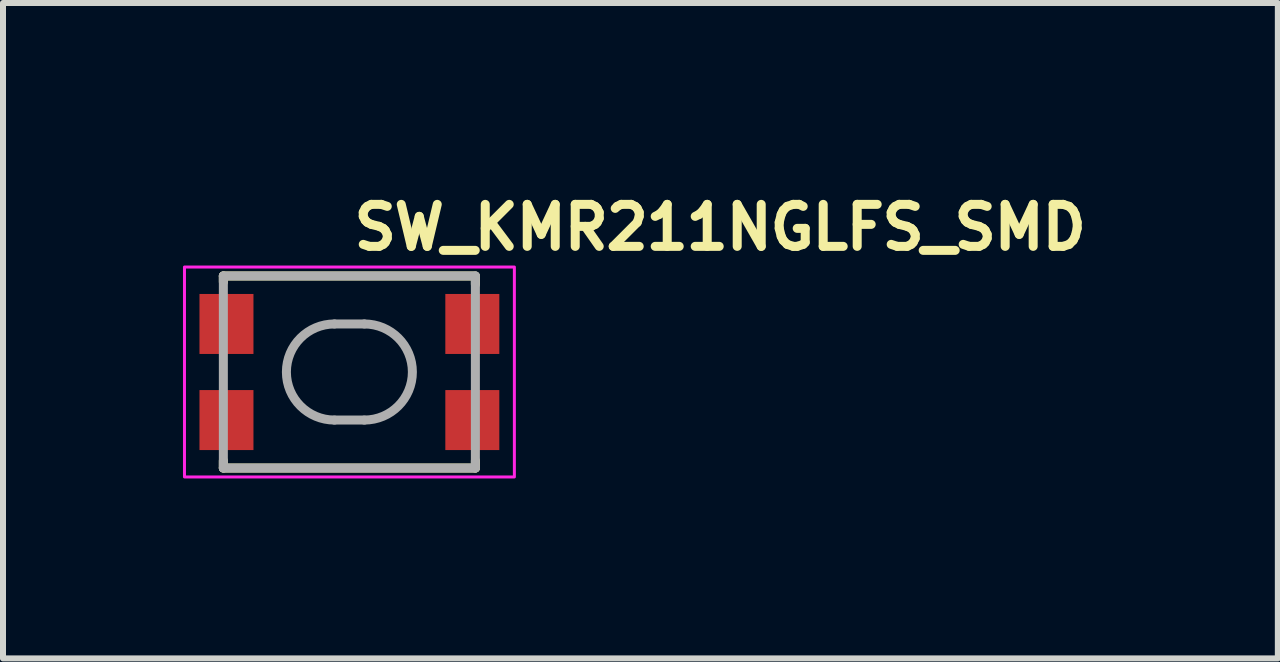
<source format=kicad_pcb>
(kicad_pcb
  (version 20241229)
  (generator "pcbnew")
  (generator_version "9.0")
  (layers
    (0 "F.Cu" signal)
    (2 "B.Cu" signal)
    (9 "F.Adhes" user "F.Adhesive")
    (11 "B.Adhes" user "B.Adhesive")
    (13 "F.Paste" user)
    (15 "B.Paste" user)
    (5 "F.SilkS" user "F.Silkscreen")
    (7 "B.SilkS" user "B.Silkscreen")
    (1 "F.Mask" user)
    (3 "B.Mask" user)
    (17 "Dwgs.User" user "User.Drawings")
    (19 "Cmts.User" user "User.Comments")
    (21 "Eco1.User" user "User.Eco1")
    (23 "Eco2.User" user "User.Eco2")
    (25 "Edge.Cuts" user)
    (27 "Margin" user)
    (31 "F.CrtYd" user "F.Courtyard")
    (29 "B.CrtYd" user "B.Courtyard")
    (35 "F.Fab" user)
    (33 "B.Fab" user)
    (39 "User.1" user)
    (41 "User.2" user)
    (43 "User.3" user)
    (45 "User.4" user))
  (footprint "SW_KMR211NGLFS_SMD"
    (layer "F.Cu")
    (at 2.773 3.15)
    (property "Reference" "SW_KMR211NGLFS_SMD" (at 0 -2 0) (layer "F.SilkS") (effects (font (size 0.7 0.7) (thickness 0.15)) (justify left bottom)))
    (attr smd)
    (fp_line (start -2.1 -1.6) (end -2.1 -1.499) (stroke (width 0.15) (type solid)) (layer "F.SilkS"))
    (fp_line (start -2.1 1.601) (end -2.1 1.48) (stroke (width 0.15) (type solid)) (layer "F.SilkS"))
    (fp_line (start 2.101 -1.6) (end -2.1 -1.6) (stroke (width 0.15) (type solid)) (layer "F.SilkS"))
    (fp_line (start 2.101 -1.58) (end 2.101 -1.459) (stroke (width 0.15) (type solid)) (layer "F.SilkS"))
    (fp_line (start 2.101 1.601) (end -2.1 1.601) (stroke (width 0.15) (type solid)) (layer "F.SilkS"))
    (fp_line (start 2.101 1.601) (end 2.101 1.48) (stroke (width 0.15) (type solid)) (layer "F.SilkS"))
    (fp_rect (start 2.751 1.75) (end -2.748 -1.749) (stroke (width 0.05) (type solid)) (fill no) (layer "F.CrtYd"))
    (fp_line (start -2.1 -1.6) (end -2.1 1.601) (stroke (width 0.15) (type solid)) (layer "F.Fab"))
    (fp_line (start -2.1 1.601) (end 2.101 1.601) (stroke (width 0.15) (type solid)) (layer "F.Fab"))
    (fp_line (start -0.248 -0.8) (end 0.25 -0.8) (stroke (width 0.15) (type solid)) (layer "F.Fab"))
    (fp_line (start 0.25 0.802) (end -0.248 0.802) (stroke (width 0.15) (type solid)) (layer "F.Fab"))
    (fp_line (start 2.101 -1.6) (end -2.1 -1.6) (stroke (width 0.15) (type solid)) (layer "F.Fab"))
    (fp_line (start 2.101 1.601) (end 2.101 -1.6) (stroke (width 0.15) (type solid)) (layer "F.Fab"))
    (fp_arc (start -0.248 0.802) (mid -1.050001 0.001) (end -0.248 -0.8) (stroke (width 0.15) (type solid)) (layer "F.Fab"))
    (fp_arc (start 0.25 -0.8) (mid 1.051001 0.001) (end 0.25 0.802) (stroke (width 0.15) (type solid)) (layer "F.Fab"))
    (fp_rect (start 2.301 1.5) (end -2.298 -1.499) (stroke (width 0.1) (type solid)) (fill no) (layer "User.5"))
    (fp_line (start -2.298 -1.1) (end -2.14 -1.1) (stroke (width 0.02) (type solid)) (layer "User.9"))
    (fp_line (start -2.298 -0.498) (end -2.298 -1.1) (stroke (width 0.02) (type solid)) (layer "User.9"))
    (fp_line (start -2.298 0.5) (end -2.14 0.5) (stroke (width 0.02) (type solid)) (layer "User.9"))
    (fp_line (start -2.298 1.101) (end -2.298 0.5) (stroke (width 0.02) (type solid)) (layer "User.9"))
    (fp_line (start -2.14 -1.499) (end -2.088 -1.499) (stroke (width 0.02) (type solid)) (layer "User.9"))
    (fp_line (start -2.14 -0.498) (end -2.298 -0.498) (stroke (width 0.02) (type solid)) (layer "User.9"))
    (fp_line (start -2.14 1.101) (end -2.298 1.101) (stroke (width 0.02) (type solid)) (layer "User.9"))
    (fp_line (start -2.14 1.391) (end -2.14 -1.499) (stroke (width 0.02) (type solid)) (layer "User.9"))
    (fp_line (start -2.14 1.391) (end -2.088 1.391) (stroke (width 0.02) (type solid)) (layer "User.9"))
    (fp_line (start -2.1 -0.426) (end -2.1 0.428) (stroke (width 0.02) (type solid)) (layer "User.9"))
    (fp_line (start -2.1 0.428) (end -1.888 0.428) (stroke (width 0.02) (type solid)) (layer "User.9"))
    (fp_line (start -2.088 -1.499) (end -2.088 -0.45) (stroke (width 0.02) (type solid)) (layer "User.9"))
    (fp_line (start -2.088 0.452) (end -2.088 1.391) (stroke (width 0.02) (type solid)) (layer "User.9"))
    (fp_line (start -2.088 0.452) (end -1.888 0.452) (stroke (width 0.02) (type solid)) (layer "User.9"))
    (fp_line (start -2.088 1.391) (end -1.888 1.391) (stroke (width 0.02) (type solid)) (layer "User.9"))
    (fp_line (start -2.084 -0.426) (end -2.084 -0.45) (stroke (width 0.02) (type solid)) (layer "User.9"))
    (fp_line (start -2.084 0.452) (end -2.084 0.428) (stroke (width 0.02) (type solid)) (layer "User.9"))
    (fp_line (start -1.989 -0.426) (end -2.1 -0.426) (stroke (width 0.02) (type solid)) (layer "User.9"))
    (fp_line (start -1.989 -0.426) (end -1.989 -0.45) (stroke (width 0.02) (type solid)) (layer "User.9"))
    (fp_line (start -1.989 0.452) (end -1.989 0.428) (stroke (width 0.02) (type solid)) (layer "User.9"))
    (fp_line (start -1.989 1.5) (end -1.989 1.391) (stroke (width 0.02) (type solid)) (layer "User.9"))
    (fp_line (start -1.888 -1.499) (end -2.088 -1.499) (stroke (width 0.02) (type solid)) (layer "User.9"))
    (fp_line (start -1.888 -1.499) (end 1.891 -1.499) (stroke (width 0.02) (type solid)) (layer "User.9"))
    (fp_line (start -1.888 -0.45) (end -2.088 -0.45) (stroke (width 0.02) (type solid)) (layer "User.9"))
    (fp_line (start -1.888 0.452) (end -1.84 0.452) (stroke (width 0.02) (type solid)) (layer "User.9"))
    (fp_line (start -1.888 1.391) (end -0.689 1.391) (stroke (width 0.02) (type solid)) (layer "User.9"))
    (fp_line (start -1.888 1.5) (end -1.989 1.5) (stroke (width 0.02) (type solid)) (layer "User.9"))
    (fp_line (start -1.84 -0.45) (end -1.888 -0.45) (stroke (width 0.02) (type solid)) (layer "User.9"))
    (fp_line (start -1.84 -0.45) (end -1.838 -0.449) (stroke (width 0.02) (type solid)) (layer "User.9"))
    (fp_line (start -1.838 -0.449) (end -1.836 -0.449) (stroke (width 0.02) (type solid)) (layer "User.9"))
    (fp_line (start -1.838 0.451) (end -1.84 0.452) (stroke (width 0.02) (type solid)) (layer "User.9"))
    (fp_line (start -1.836 -0.449) (end -1.836 -0.449) (stroke (width 0.02) (type solid)) (layer "User.9"))
    (fp_line (start -1.836 -0.449) (end -1.834 -0.449) (stroke (width 0.02) (type solid)) (layer "User.9"))
    (fp_line (start -1.836 0.451) (end -1.838 0.451) (stroke (width 0.02) (type solid)) (layer "User.9"))
    (fp_line (start -1.836 0.451) (end -1.836 0.451) (stroke (width 0.02) (type solid)) (layer "User.9"))
    (fp_line (start -1.834 -0.449) (end -1.832 -0.449) (stroke (width 0.02) (type solid)) (layer "User.9"))
    (fp_line (start -1.834 0.451) (end -1.836 0.451) (stroke (width 0.02) (type solid)) (layer "User.9"))
    (fp_line (start -1.832 -0.449) (end -1.832 -0.448) (stroke (width 0.02) (type solid)) (layer "User.9"))
    (fp_line (start -1.832 -0.448) (end -1.83 -0.448) (stroke (width 0.02) (type solid)) (layer "User.9"))
    (fp_line (start -1.832 0.45) (end -1.832 0.451) (stroke (width 0.02) (type solid)) (layer "User.9"))
    (fp_line (start -1.832 0.451) (end -1.834 0.451) (stroke (width 0.02) (type solid)) (layer "User.9"))
    (fp_line (start -1.83 -0.448) (end -1.83 -0.448) (stroke (width 0.02) (type solid)) (layer "User.9"))
    (fp_line (start -1.83 -0.448) (end -1.828 -0.446) (stroke (width 0.02) (type solid)) (layer "User.9"))
    (fp_line (start -1.83 0.45) (end -1.832 0.45) (stroke (width 0.02) (type solid)) (layer "User.9"))
    (fp_line (start -1.83 0.45) (end -1.83 0.45) (stroke (width 0.02) (type solid)) (layer "User.9"))
    (fp_line (start -1.828 -0.446) (end -1.828 -0.445) (stroke (width 0.02) (type solid)) (layer "User.9"))
    (fp_line (start -1.828 -0.445) (end -1.826 -0.445) (stroke (width 0.02) (type solid)) (layer "User.9"))
    (fp_line (start -1.828 0.447) (end -1.828 0.448) (stroke (width 0.02) (type solid)) (layer "User.9"))
    (fp_line (start -1.828 0.448) (end -1.83 0.45) (stroke (width 0.02) (type solid)) (layer "User.9"))
    (fp_line (start -1.826 -0.445) (end -1.826 -0.444) (stroke (width 0.02) (type solid)) (layer "User.9"))
    (fp_line (start -1.826 -0.444) (end -1.824 -0.444) (stroke (width 0.02) (type solid)) (layer "User.9"))
    (fp_line (start -1.826 0.446) (end -1.826 0.447) (stroke (width 0.02) (type solid)) (layer "User.9"))
    (fp_line (start -1.826 0.447) (end -1.828 0.447) (stroke (width 0.02) (type solid)) (layer "User.9"))
    (fp_line (start -1.824 -0.444) (end -1.824 -0.443) (stroke (width 0.02) (type solid)) (layer "User.9"))
    (fp_line (start -1.824 -0.443) (end -1.822 -0.442) (stroke (width 0.02) (type solid)) (layer "User.9"))
    (fp_line (start -1.824 0.445) (end -1.824 0.446) (stroke (width 0.02) (type solid)) (layer "User.9"))
    (fp_line (start -1.824 0.446) (end -1.826 0.446) (stroke (width 0.02) (type solid)) (layer "User.9"))
    (fp_line (start -1.822 -0.442) (end -1.822 -0.441) (stroke (width 0.02) (type solid)) (layer "User.9"))
    (fp_line (start -1.822 -0.441) (end -1.82 -0.44) (stroke (width 0.02) (type solid)) (layer "User.9"))
    (fp_line (start -1.822 0.443) (end -1.822 0.444) (stroke (width 0.02) (type solid)) (layer "User.9"))
    (fp_line (start -1.822 0.444) (end -1.824 0.445) (stroke (width 0.02) (type solid)) (layer "User.9"))
    (fp_line (start -1.82 -0.44) (end -1.82 -0.439) (stroke (width 0.02) (type solid)) (layer "User.9"))
    (fp_line (start -1.82 -0.439) (end -1.818 -0.438) (stroke (width 0.02) (type solid)) (layer "User.9"))
    (fp_line (start -1.82 0.441) (end -1.82 0.442) (stroke (width 0.02) (type solid)) (layer "User.9"))
    (fp_line (start -1.82 0.442) (end -1.822 0.443) (stroke (width 0.02) (type solid)) (layer "User.9"))
    (fp_line (start -1.818 -0.438) (end -1.818 -0.437) (stroke (width 0.02) (type solid)) (layer "User.9"))
    (fp_line (start -1.818 -0.437) (end -1.818 -0.436) (stroke (width 0.02) (type solid)) (layer "User.9"))
    (fp_line (start -1.818 -0.436) (end -1.818 -0.435) (stroke (width 0.02) (type solid)) (layer "User.9"))
    (fp_line (start -1.818 -0.435) (end -1.816 -0.434) (stroke (width 0.02) (type solid)) (layer "User.9"))
    (fp_line (start -1.818 0.437) (end -1.818 0.438) (stroke (width 0.02) (type solid)) (layer "User.9"))
    (fp_line (start -1.818 0.438) (end -1.818 0.439) (stroke (width 0.02) (type solid)) (layer "User.9"))
    (fp_line (start -1.818 0.439) (end -1.818 0.44) (stroke (width 0.02) (type solid)) (layer "User.9"))
    (fp_line (start -1.818 0.44) (end -1.82 0.441) (stroke (width 0.02) (type solid)) (layer "User.9"))
    (fp_line (start -1.816 -0.434) (end -1.816 -0.433) (stroke (width 0.02) (type solid)) (layer "User.9"))
    (fp_line (start -1.816 -0.433) (end -1.816 -0.432) (stroke (width 0.02) (type solid)) (layer "User.9"))
    (fp_line (start -1.816 -0.432) (end -1.816 -0.431) (stroke (width 0.02) (type solid)) (layer "User.9"))
    (fp_line (start -1.816 -0.431) (end -1.814 -0.43) (stroke (width 0.02) (type solid)) (layer "User.9"))
    (fp_line (start -1.816 0.433) (end -1.816 0.434) (stroke (width 0.02) (type solid)) (layer "User.9"))
    (fp_line (start -1.816 0.434) (end -1.816 0.435) (stroke (width 0.02) (type solid)) (layer "User.9"))
    (fp_line (start -1.816 0.435) (end -1.816 0.436) (stroke (width 0.02) (type solid)) (layer "User.9"))
    (fp_line (start -1.816 0.436) (end -1.818 0.437) (stroke (width 0.02) (type solid)) (layer "User.9"))
    (fp_line (start -1.814 -0.43) (end -1.814 -0.429) (stroke (width 0.02) (type solid)) (layer "User.9"))
    (fp_line (start -1.814 -0.429) (end -1.814 -0.427) (stroke (width 0.02) (type solid)) (layer "User.9"))
    (fp_line (start -1.814 -0.427) (end -1.814 -0.426) (stroke (width 0.02) (type solid)) (layer "User.9"))
    (fp_line (start -1.814 -0.426) (end -1.814 -0.425) (stroke (width 0.02) (type solid)) (layer "User.9"))
    (fp_line (start -1.814 -0.425) (end -1.814 -0.423) (stroke (width 0.02) (type solid)) (layer "User.9"))
    (fp_line (start -1.814 -0.423) (end -1.814 0.425) (stroke (width 0.02) (type solid)) (layer "User.9"))
    (fp_line (start -1.814 0.425) (end -1.814 0.427) (stroke (width 0.02) (type solid)) (layer "User.9"))
    (fp_line (start -1.814 0.427) (end -1.814 0.428) (stroke (width 0.02) (type solid)) (layer "User.9"))
    (fp_line (start -1.814 0.428) (end -1.814 0.429) (stroke (width 0.02) (type solid)) (layer "User.9"))
    (fp_line (start -1.814 0.429) (end -1.814 0.431) (stroke (width 0.02) (type solid)) (layer "User.9"))
    (fp_line (start -1.814 0.431) (end -1.814 0.432) (stroke (width 0.02) (type solid)) (layer "User.9"))
    (fp_line (start -1.814 0.432) (end -1.816 0.433) (stroke (width 0.02) (type solid)) (layer "User.9"))
    (fp_line (start -1.328 -1.499) (end -1.888 -1.499) (stroke (width 0.02) (type solid)) (layer "User.9"))
    (fp_line (start -1.328 -1.499) (end -1.322 -1.499) (stroke (width 0.02) (type solid)) (layer "User.9"))
    (fp_line (start -1.322 -1.499) (end -1.314 -1.499) (stroke (width 0.02) (type solid)) (layer "User.9"))
    (fp_line (start -1.314 -1.499) (end -1.308 -1.497) (stroke (width 0.02) (type solid)) (layer "User.9"))
    (fp_line (start -1.308 -1.497) (end -1.302 -1.495) (stroke (width 0.02) (type solid)) (layer "User.9"))
    (fp_line (start -1.302 -1.495) (end -1.296 -1.493) (stroke (width 0.02) (type solid)) (layer "User.9"))
    (fp_line (start -1.296 -1.493) (end -1.29 -1.491) (stroke (width 0.02) (type solid)) (layer "User.9"))
    (fp_line (start -1.29 -1.491) (end -1.284 -1.489) (stroke (width 0.02) (type solid)) (layer "User.9"))
    (fp_line (start -1.284 -1.489) (end -1.277 -1.485) (stroke (width 0.02) (type solid)) (layer "User.9"))
    (fp_line (start -1.277 -1.485) (end -1.273 -1.483) (stroke (width 0.02) (type solid)) (layer "User.9"))
    (fp_line (start -1.273 -1.483) (end -1.267 -1.479) (stroke (width 0.02) (type solid)) (layer "User.9"))
    (fp_line (start -1.267 -1.479) (end -1.263 -1.475) (stroke (width 0.02) (type solid)) (layer "User.9"))
    (fp_line (start -1.263 -1.475) (end -1.257 -1.469) (stroke (width 0.02) (type solid)) (layer "User.9"))
    (fp_line (start -1.257 -1.469) (end -1.253 -1.465) (stroke (width 0.02) (type solid)) (layer "User.9"))
    (fp_line (start -1.253 -1.465) (end -1.249 -1.461) (stroke (width 0.02) (type solid)) (layer "User.9"))
    (fp_line (start -1.249 -1.461) (end -1.245 -1.455) (stroke (width 0.02) (type solid)) (layer "User.9"))
    (fp_line (start -1.245 -1.455) (end -1.241 -1.449) (stroke (width 0.02) (type solid)) (layer "User.9"))
    (fp_line (start -1.199 -1.376) (end -1.241 -1.449) (stroke (width 0.02) (type solid)) (layer "User.9"))
    (fp_line (start -1.195 -1.37) (end -1.199 -1.376) (stroke (width 0.02) (type solid)) (layer "User.9"))
    (fp_line (start -1.191 -1.364) (end -1.195 -1.37) (stroke (width 0.02) (type solid)) (layer "User.9"))
    (fp_line (start -1.187 -1.36) (end -1.191 -1.364) (stroke (width 0.02) (type solid)) (layer "User.9"))
    (fp_line (start -1.183 -1.354) (end -1.187 -1.36) (stroke (width 0.02) (type solid)) (layer "User.9"))
    (fp_line (start -1.179 -1.35) (end -1.183 -1.354) (stroke (width 0.02) (type solid)) (layer "User.9"))
    (fp_line (start -1.173 -1.346) (end -1.179 -1.35) (stroke (width 0.02) (type solid)) (layer "User.9"))
    (fp_line (start -1.167 -1.342) (end -1.173 -1.346) (stroke (width 0.02) (type solid)) (layer "User.9"))
    (fp_line (start -1.163 -1.34) (end -1.167 -1.342) (stroke (width 0.02) (type solid)) (layer "User.9"))
    (fp_line (start -1.159 -0.538) (end -1.157 -0.552) (stroke (width 0.02) (type solid)) (layer "User.9"))
    (fp_line (start -1.159 -0.523) (end -1.159 -0.538) (stroke (width 0.02) (type solid)) (layer "User.9"))
    (fp_line (start -1.159 0.525) (end -1.159 -0.523) (stroke (width 0.02) (type solid)) (layer "User.9"))
    (fp_line (start -1.159 0.54) (end -1.159 0.525) (stroke (width 0.02) (type solid)) (layer "User.9"))
    (fp_line (start -1.157 -1.336) (end -1.163 -1.34) (stroke (width 0.02) (type solid)) (layer "User.9"))
    (fp_line (start -1.157 -0.552) (end -1.155 -0.566) (stroke (width 0.02) (type solid)) (layer "User.9"))
    (fp_line (start -1.157 0.554) (end -1.159 0.54) (stroke (width 0.02) (type solid)) (layer "User.9"))
    (fp_line (start -1.155 -0.566) (end -1.153 -0.579) (stroke (width 0.02) (type solid)) (layer "User.9"))
    (fp_line (start -1.155 0.568) (end -1.157 0.554) (stroke (width 0.02) (type solid)) (layer "User.9"))
    (fp_line (start -1.153 -0.579) (end -1.15 -0.593) (stroke (width 0.02) (type solid)) (layer "User.9"))
    (fp_line (start -1.153 0.581) (end -1.155 0.568) (stroke (width 0.02) (type solid)) (layer "User.9"))
    (fp_line (start -1.15 -1.334) (end -1.157 -1.336) (stroke (width 0.02) (type solid)) (layer "User.9"))
    (fp_line (start -1.15 -0.593) (end -1.148 -0.606) (stroke (width 0.02) (type solid)) (layer "User.9"))
    (fp_line (start -1.15 0.595) (end -1.153 0.581) (stroke (width 0.02) (type solid)) (layer "User.9"))
    (fp_line (start -1.148 -0.606) (end -1.142 -0.62) (stroke (width 0.02) (type solid)) (layer "User.9"))
    (fp_line (start -1.148 0.608) (end -1.15 0.595) (stroke (width 0.02) (type solid)) (layer "User.9"))
    (fp_line (start -1.144 -1.332) (end -1.15 -1.334) (stroke (width 0.02) (type solid)) (layer "User.9"))
    (fp_line (start -1.142 -0.62) (end -1.138 -0.633) (stroke (width 0.02) (type solid)) (layer "User.9"))
    (fp_line (start -1.142 0.622) (end -1.148 0.608) (stroke (width 0.02) (type solid)) (layer "User.9"))
    (fp_line (start -1.138 -1.33) (end -1.144 -1.332) (stroke (width 0.02) (type solid)) (layer "User.9"))
    (fp_line (start -1.138 -0.633) (end -1.132 -0.646) (stroke (width 0.02) (type solid)) (layer "User.9"))
    (fp_line (start -1.138 0.635) (end -1.142 0.622) (stroke (width 0.02) (type solid)) (layer "User.9"))
    (fp_line (start -1.132 -1.328) (end -1.138 -1.33) (stroke (width 0.02) (type solid)) (layer "User.9"))
    (fp_line (start -1.132 -0.646) (end -1.126 -0.659) (stroke (width 0.02) (type solid)) (layer "User.9"))
    (fp_line (start -1.132 0.648) (end -1.138 0.635) (stroke (width 0.02) (type solid)) (layer "User.9"))
    (fp_line (start -1.126 -1.326) (end -1.132 -1.328) (stroke (width 0.02) (type solid)) (layer "User.9"))
    (fp_line (start -1.126 -0.659) (end -1.12 -0.671) (stroke (width 0.02) (type solid)) (layer "User.9"))
    (fp_line (start -1.126 0.661) (end -1.132 0.648) (stroke (width 0.02) (type solid)) (layer "User.9"))
    (fp_line (start -1.12 -1.326) (end -1.126 -1.326) (stroke (width 0.02) (type solid)) (layer "User.9"))
    (fp_line (start -1.12 -0.671) (end -1.114 -0.683) (stroke (width 0.02) (type solid)) (layer "User.9"))
    (fp_line (start -1.12 0.673) (end -1.126 0.661) (stroke (width 0.02) (type solid)) (layer "User.9"))
    (fp_line (start -1.114 -0.683) (end -1.106 -0.694) (stroke (width 0.02) (type solid)) (layer "User.9"))
    (fp_line (start -1.114 0.685) (end -1.12 0.673) (stroke (width 0.02) (type solid)) (layer "User.9"))
    (fp_line (start -1.112 -1.326) (end -1.12 -1.326) (stroke (width 0.02) (type solid)) (layer "User.9"))
    (fp_line (start -1.108 -0.539) (end -1.106 -0.55) (stroke (width 0.02) (type solid)) (layer "User.9"))
    (fp_line (start -1.108 -0.527) (end -1.108 -0.539) (stroke (width 0.02) (type solid)) (layer "User.9"))
    (fp_line (start -1.108 -0.515) (end -1.108 -0.527) (stroke (width 0.02) (type solid)) (layer "User.9"))
    (fp_line (start -1.108 0.534) (end -1.108 -0.515) (stroke (width 0.02) (type solid)) (layer "User.9"))
    (fp_line (start -1.108 0.546) (end -1.108 0.534) (stroke (width 0.02) (type solid)) (layer "User.9"))
    (fp_line (start -1.108 0.558) (end -1.108 0.546) (stroke (width 0.02) (type solid)) (layer "User.9"))
    (fp_line (start -1.106 -0.694) (end -1.098 -0.704) (stroke (width 0.02) (type solid)) (layer "User.9"))
    (fp_line (start -1.106 -0.55) (end -1.104 -0.562) (stroke (width 0.02) (type solid)) (layer "User.9"))
    (fp_line (start -1.106 0.57) (end -1.108 0.558) (stroke (width 0.02) (type solid)) (layer "User.9"))
    (fp_line (start -1.106 0.696) (end -1.114 0.685) (stroke (width 0.02) (type solid)) (layer "User.9"))
    (fp_line (start -1.104 -0.562) (end -1.102 -0.573) (stroke (width 0.02) (type solid)) (layer "User.9"))
    (fp_line (start -1.104 0.58) (end -1.106 0.57) (stroke (width 0.02) (type solid)) (layer "User.9"))
    (fp_line (start -1.102 -0.573) (end -1.098 -0.584) (stroke (width 0.02) (type solid)) (layer "User.9"))
    (fp_line (start -1.102 0.592) (end -1.104 0.58) (stroke (width 0.02) (type solid)) (layer "User.9"))
    (fp_line (start -1.098 -0.704) (end -1.09 -0.715) (stroke (width 0.02) (type solid)) (layer "User.9"))
    (fp_line (start -1.098 -0.584) (end -1.094 -0.595) (stroke (width 0.02) (type solid)) (layer "User.9"))
    (fp_line (start -1.098 0.603) (end -1.102 0.592) (stroke (width 0.02) (type solid)) (layer "User.9"))
    (fp_line (start -1.098 0.706) (end -1.106 0.696) (stroke (width 0.02) (type solid)) (layer "User.9"))
    (fp_line (start -1.094 -0.595) (end -1.09 -0.606) (stroke (width 0.02) (type solid)) (layer "User.9"))
    (fp_line (start -1.094 0.614) (end -1.098 0.603) (stroke (width 0.02) (type solid)) (layer "User.9"))
    (fp_line (start -1.09 -0.715) (end -1.08 -0.725) (stroke (width 0.02) (type solid)) (layer "User.9"))
    (fp_line (start -1.09 -0.606) (end -1.086 -0.616) (stroke (width 0.02) (type solid)) (layer "User.9"))
    (fp_line (start -1.09 0.625) (end -1.094 0.614) (stroke (width 0.02) (type solid)) (layer "User.9"))
    (fp_line (start -1.09 0.717) (end -1.098 0.706) (stroke (width 0.02) (type solid)) (layer "User.9"))
    (fp_line (start -1.086 -0.616) (end -1.082 -0.627) (stroke (width 0.02) (type solid)) (layer "User.9"))
    (fp_line (start -1.086 0.636) (end -1.09 0.625) (stroke (width 0.02) (type solid)) (layer "User.9"))
    (fp_line (start -1.082 -0.627) (end -1.076 -0.637) (stroke (width 0.02) (type solid)) (layer "User.9"))
    (fp_line (start -1.082 0.647) (end -1.086 0.636) (stroke (width 0.02) (type solid)) (layer "User.9"))
    (fp_line (start -1.08 -0.725) (end -1.07 -0.735) (stroke (width 0.02) (type solid)) (layer "User.9"))
    (fp_line (start -1.08 0.727) (end -1.09 0.717) (stroke (width 0.02) (type solid)) (layer "User.9"))
    (fp_line (start -1.076 -0.637) (end -1.07 -0.647) (stroke (width 0.02) (type solid)) (layer "User.9"))
    (fp_line (start -1.076 0.657) (end -1.082 0.647) (stroke (width 0.02) (type solid)) (layer "User.9"))
    (fp_line (start -1.07 -0.735) (end -1.06 -0.744) (stroke (width 0.02) (type solid)) (layer "User.9"))
    (fp_line (start -1.07 -0.647) (end -1.064 -0.657) (stroke (width 0.02) (type solid)) (layer "User.9"))
    (fp_line (start -1.07 0.667) (end -1.076 0.657) (stroke (width 0.02) (type solid)) (layer "User.9"))
    (fp_line (start -1.07 0.737) (end -1.08 0.727) (stroke (width 0.02) (type solid)) (layer "User.9"))
    (fp_line (start -1.064 -0.657) (end -1.058 -0.666) (stroke (width 0.02) (type solid)) (layer "User.9"))
    (fp_line (start -1.064 0.676) (end -1.07 0.667) (stroke (width 0.02) (type solid)) (layer "User.9"))
    (fp_line (start -1.06 -0.744) (end -1.05 -0.753) (stroke (width 0.02) (type solid)) (layer "User.9"))
    (fp_line (start -1.06 0.746) (end -1.07 0.737) (stroke (width 0.02) (type solid)) (layer "User.9"))
    (fp_line (start -1.058 -0.666) (end -1.05 -0.675) (stroke (width 0.02) (type solid)) (layer "User.9"))
    (fp_line (start -1.058 0.686) (end -1.064 0.676) (stroke (width 0.02) (type solid)) (layer "User.9"))
    (fp_line (start -1.05 -0.753) (end -1.04 -0.762) (stroke (width 0.02) (type solid)) (layer "User.9"))
    (fp_line (start -1.05 -0.675) (end -1.042 -0.683) (stroke (width 0.02) (type solid)) (layer "User.9"))
    (fp_line (start -1.05 0.694) (end -1.058 0.686) (stroke (width 0.02) (type solid)) (layer "User.9"))
    (fp_line (start -1.05 0.755) (end -1.06 0.746) (stroke (width 0.02) (type solid)) (layer "User.9"))
    (fp_line (start -1.042 -0.683) (end -1.034 -0.692) (stroke (width 0.02) (type solid)) (layer "User.9"))
    (fp_line (start -1.042 0.703) (end -1.05 0.694) (stroke (width 0.02) (type solid)) (layer "User.9"))
    (fp_line (start -1.04 -0.762) (end -1.028 -0.771) (stroke (width 0.02) (type solid)) (layer "User.9"))
    (fp_line (start -1.04 0.764) (end -1.05 0.755) (stroke (width 0.02) (type solid)) (layer "User.9"))
    (fp_line (start -1.034 -0.692) (end -1.026 -0.7) (stroke (width 0.02) (type solid)) (layer "User.9"))
    (fp_line (start -1.034 0.71) (end -1.042 0.703) (stroke (width 0.02) (type solid)) (layer "User.9"))
    (fp_line (start -1.028 -0.771) (end -1.017 -0.778) (stroke (width 0.02) (type solid)) (layer "User.9"))
    (fp_line (start -1.028 0.773) (end -1.04 0.764) (stroke (width 0.02) (type solid)) (layer "User.9"))
    (fp_line (start -1.026 -0.7) (end -1.017 -0.706) (stroke (width 0.02) (type solid)) (layer "User.9"))
    (fp_line (start -1.026 0.718) (end -1.034 0.71) (stroke (width 0.02) (type solid)) (layer "User.9"))
    (fp_line (start -1.017 -0.778) (end -1.005 -0.785) (stroke (width 0.02) (type solid)) (layer "User.9"))
    (fp_line (start -1.017 -0.706) (end -1.009 -0.713) (stroke (width 0.02) (type solid)) (layer "User.9"))
    (fp_line (start -1.017 0.725) (end -1.026 0.718) (stroke (width 0.02) (type solid)) (layer "User.9"))
    (fp_line (start -1.017 0.78) (end -1.028 0.773) (stroke (width 0.02) (type solid)) (layer "User.9"))
    (fp_line (start -1.009 -0.713) (end -0.999 -0.72) (stroke (width 0.02) (type solid)) (layer "User.9"))
    (fp_line (start -1.009 0.732) (end -1.017 0.725) (stroke (width 0.02) (type solid)) (layer "User.9"))
    (fp_line (start -1.005 -0.785) (end -0.993 -0.792) (stroke (width 0.02) (type solid)) (layer "User.9"))
    (fp_line (start -1.005 0.787) (end -1.017 0.78) (stroke (width 0.02) (type solid)) (layer "User.9"))
    (fp_line (start -0.999 -0.72) (end -0.99 -0.726) (stroke (width 0.02) (type solid)) (layer "User.9"))
    (fp_line (start -0.999 0.739) (end -1.009 0.732) (stroke (width 0.02) (type solid)) (layer "User.9"))
    (fp_line (start -0.993 -0.792) (end -0.98 -0.798) (stroke (width 0.02) (type solid)) (layer "User.9"))
    (fp_line (start -0.993 0.794) (end -1.005 0.787) (stroke (width 0.02) (type solid)) (layer "User.9"))
    (fp_line (start -0.99 -0.726) (end -0.98 -0.732) (stroke (width 0.02) (type solid)) (layer "User.9"))
    (fp_line (start -0.99 0.745) (end -0.999 0.739) (stroke (width 0.02) (type solid)) (layer "User.9"))
    (fp_line (start -0.98 -0.798) (end -0.967 -0.803) (stroke (width 0.02) (type solid)) (layer "User.9"))
    (fp_line (start -0.98 -0.732) (end -0.97 -0.737) (stroke (width 0.02) (type solid)) (layer "User.9"))
    (fp_line (start -0.98 0.751) (end -0.99 0.745) (stroke (width 0.02) (type solid)) (layer "User.9"))
    (fp_line (start -0.98 0.8) (end -0.993 0.794) (stroke (width 0.02) (type solid)) (layer "User.9"))
    (fp_line (start -0.97 -0.737) (end -0.959 -0.742) (stroke (width 0.02) (type solid)) (layer "User.9"))
    (fp_line (start -0.97 0.757) (end -0.98 0.751) (stroke (width 0.02) (type solid)) (layer "User.9"))
    (fp_line (start -0.967 -0.803) (end -0.955 -0.808) (stroke (width 0.02) (type solid)) (layer "User.9"))
    (fp_line (start -0.967 0.805) (end -0.98 0.8) (stroke (width 0.02) (type solid)) (layer "User.9"))
    (fp_line (start -0.959 -0.742) (end -0.95 -0.747) (stroke (width 0.02) (type solid)) (layer "User.9"))
    (fp_line (start -0.959 0.762) (end -0.97 0.757) (stroke (width 0.02) (type solid)) (layer "User.9"))
    (fp_line (start -0.955 -0.808) (end -0.942 -0.812) (stroke (width 0.02) (type solid)) (layer "User.9"))
    (fp_line (start -0.955 0.81) (end -0.967 0.805) (stroke (width 0.02) (type solid)) (layer "User.9"))
    (fp_line (start -0.95 -0.747) (end -0.939 -0.751) (stroke (width 0.02) (type solid)) (layer "User.9"))
    (fp_line (start -0.95 0.766) (end -0.959 0.762) (stroke (width 0.02) (type solid)) (layer "User.9"))
    (fp_line (start -0.942 -0.812) (end -0.928 -0.815) (stroke (width 0.02) (type solid)) (layer "User.9"))
    (fp_line (start -0.942 0.814) (end -0.955 0.81) (stroke (width 0.02) (type solid)) (layer "User.9"))
    (fp_line (start -0.939 -0.751) (end -0.927 -0.754) (stroke (width 0.02) (type solid)) (layer "User.9"))
    (fp_line (start -0.939 0.771) (end -0.95 0.766) (stroke (width 0.02) (type solid)) (layer "User.9"))
    (fp_line (start -0.928 -0.815) (end -0.914 -0.818) (stroke (width 0.02) (type solid)) (layer "User.9"))
    (fp_line (start -0.928 0.817) (end -0.942 0.814) (stroke (width 0.02) (type solid)) (layer "User.9"))
    (fp_line (start -0.927 -0.754) (end -0.916 -0.757) (stroke (width 0.02) (type solid)) (layer "User.9"))
    (fp_line (start -0.927 0.774) (end -0.939 0.771) (stroke (width 0.02) (type solid)) (layer "User.9"))
    (fp_line (start -0.916 -0.757) (end -0.904 -0.759) (stroke (width 0.02) (type solid)) (layer "User.9"))
    (fp_line (start -0.916 0.777) (end -0.927 0.774) (stroke (width 0.02) (type solid)) (layer "User.9"))
    (fp_line (start -0.914 -0.818) (end -0.9 -0.821) (stroke (width 0.02) (type solid)) (layer "User.9"))
    (fp_line (start -0.914 0.82) (end -0.928 0.817) (stroke (width 0.02) (type solid)) (layer "User.9"))
    (fp_line (start -0.904 -0.759) (end -0.892 -0.761) (stroke (width 0.02) (type solid)) (layer "User.9"))
    (fp_line (start -0.904 0.78) (end -0.916 0.777) (stroke (width 0.02) (type solid)) (layer "User.9"))
    (fp_line (start -0.9 -0.821) (end -0.885 -0.822) (stroke (width 0.02) (type solid)) (layer "User.9"))
    (fp_line (start -0.9 0.823) (end -0.914 0.82) (stroke (width 0.02) (type solid)) (layer "User.9"))
    (fp_line (start -0.892 -0.761) (end -0.88 -0.763) (stroke (width 0.02) (type solid)) (layer "User.9"))
    (fp_line (start -0.892 0.782) (end -0.904 0.78) (stroke (width 0.02) (type solid)) (layer "User.9"))
    (fp_line (start -0.885 -0.822) (end -0.026 -0.897) (stroke (width 0.02) (type solid)) (layer "User.9"))
    (fp_line (start -0.885 0.824) (end -0.9 0.823) (stroke (width 0.02) (type solid)) (layer "User.9"))
    (fp_line (start -0.88 -0.763) (end -0.021 -0.838) (stroke (width 0.02) (type solid)) (layer "User.9"))
    (fp_line (start -0.88 0.783) (end -0.892 0.782) (stroke (width 0.02) (type solid)) (layer "User.9"))
    (fp_line (start -0.699 1.5) (end -1.888 1.5) (stroke (width 0.02) (type solid)) (layer "User.9"))
    (fp_line (start -0.699 1.5) (end -0.699 1.391) (stroke (width 0.02) (type solid)) (layer "User.9"))
    (fp_line (start -0.689 1.303) (end -0.689 1.307) (stroke (width 0.02) (type solid)) (layer "User.9"))
    (fp_line (start -0.689 1.307) (end -0.689 1.311) (stroke (width 0.02) (type solid)) (layer "User.9"))
    (fp_line (start -0.689 1.311) (end -0.689 1.315) (stroke (width 0.02) (type solid)) (layer "User.9"))
    (fp_line (start -0.689 1.315) (end -0.689 1.391) (stroke (width 0.02) (type solid)) (layer "User.9"))
    (fp_line (start -0.688 1.297) (end -0.689 1.303) (stroke (width 0.02) (type solid)) (layer "User.9"))
    (fp_line (start -0.687 1.293) (end -0.688 1.297) (stroke (width 0.02) (type solid)) (layer "User.9"))
    (fp_line (start -0.686 1.289) (end -0.687 1.293) (stroke (width 0.02) (type solid)) (layer "User.9"))
    (fp_line (start -0.684 1.285) (end -0.686 1.289) (stroke (width 0.02) (type solid)) (layer "User.9"))
    (fp_line (start -0.683 1.28) (end -0.684 1.285) (stroke (width 0.02) (type solid)) (layer "User.9"))
    (fp_line (start -0.681 1.276) (end -0.683 1.28) (stroke (width 0.02) (type solid)) (layer "User.9"))
    (fp_line (start -0.679 1.272) (end -0.681 1.276) (stroke (width 0.02) (type solid)) (layer "User.9"))
    (fp_line (start -0.677 1.268) (end -0.679 1.272) (stroke (width 0.02) (type solid)) (layer "User.9"))
    (fp_line (start -0.675 1.264) (end -0.677 1.268) (stroke (width 0.02) (type solid)) (layer "User.9"))
    (fp_line (start -0.673 1.26) (end -0.675 1.264) (stroke (width 0.02) (type solid)) (layer "User.9"))
    (fp_line (start -0.67 1.256) (end -0.673 1.26) (stroke (width 0.02) (type solid)) (layer "User.9"))
    (fp_line (start -0.667 1.254) (end -0.67 1.256) (stroke (width 0.02) (type solid)) (layer "User.9"))
    (fp_line (start -0.665 1.25) (end -0.667 1.254) (stroke (width 0.02) (type solid)) (layer "User.9"))
    (fp_line (start -0.662 1.246) (end -0.665 1.25) (stroke (width 0.02) (type solid)) (layer "User.9"))
    (fp_line (start -0.658 1.244) (end -0.662 1.246) (stroke (width 0.02) (type solid)) (layer "User.9"))
    (fp_line (start -0.655 1.24) (end -0.658 1.244) (stroke (width 0.02) (type solid)) (layer "User.9"))
    (fp_line (start -0.652 1.238) (end -0.655 1.24) (stroke (width 0.02) (type solid)) (layer "User.9"))
    (fp_line (start -0.648 1.236) (end -0.652 1.238) (stroke (width 0.02) (type solid)) (layer "User.9"))
    (fp_line (start -0.645 1.232) (end -0.648 1.236) (stroke (width 0.02) (type solid)) (layer "User.9"))
    (fp_line (start -0.641 1.23) (end -0.645 1.232) (stroke (width 0.02) (type solid)) (layer "User.9"))
    (fp_line (start -0.636 1.228) (end -0.641 1.23) (stroke (width 0.02) (type solid)) (layer "User.9"))
    (fp_line (start -0.632 1.226) (end -0.636 1.228) (stroke (width 0.02) (type solid)) (layer "User.9"))
    (fp_line (start -0.628 1.224) (end -0.632 1.226) (stroke (width 0.02) (type solid)) (layer "User.9"))
    (fp_line (start -0.624 1.222) (end -0.628 1.224) (stroke (width 0.02) (type solid)) (layer "User.9"))
    (fp_line (start -0.619 1.22) (end -0.624 1.222) (stroke (width 0.02) (type solid)) (layer "User.9"))
    (fp_line (start -0.615 1.22) (end -0.619 1.22) (stroke (width 0.02) (type solid)) (layer "User.9"))
    (fp_line (start -0.61 1.218) (end -0.615 1.22) (stroke (width 0.02) (type solid)) (layer "User.9"))
    (fp_line (start -0.606 1.218) (end -0.61 1.218) (stroke (width 0.02) (type solid)) (layer "User.9"))
    (fp_line (start -0.601 1.216) (end -0.606 1.218) (stroke (width 0.02) (type solid)) (layer "User.9"))
    (fp_line (start -0.601 1.216) (end -0.601 1.216) (stroke (width 0.02) (type solid)) (layer "User.9"))
    (fp_line (start -0.596 1.216) (end -0.601 1.216) (stroke (width 0.02) (type solid)) (layer "User.9"))
    (fp_line (start -0.592 1.216) (end -0.596 1.216) (stroke (width 0.02) (type solid)) (layer "User.9"))
    (fp_line (start -0.587 1.216) (end -0.592 1.216) (stroke (width 0.02) (type solid)) (layer "User.9"))
    (fp_line (start -0.583 1.216) (end -0.587 1.216) (stroke (width 0.02) (type solid)) (layer "User.9"))
    (fp_line (start -0.578 1.216) (end -0.583 1.216) (stroke (width 0.02) (type solid)) (layer "User.9"))
    (fp_line (start -0.575 1.218) (end -0.578 1.216) (stroke (width 0.02) (type solid)) (layer "User.9"))
    (fp_line (start -0.57 1.218) (end -0.575 1.218) (stroke (width 0.02) (type solid)) (layer "User.9"))
    (fp_line (start -0.566 1.218) (end -0.57 1.218) (stroke (width 0.02) (type solid)) (layer "User.9"))
    (fp_line (start -0.561 1.22) (end -0.566 1.218) (stroke (width 0.02) (type solid)) (layer "User.9"))
    (fp_line (start -0.557 1.222) (end -0.561 1.22) (stroke (width 0.02) (type solid)) (layer "User.9"))
    (fp_line (start -0.553 1.222) (end -0.557 1.222) (stroke (width 0.02) (type solid)) (layer "User.9"))
    (fp_line (start -0.549 1.224) (end -0.553 1.222) (stroke (width 0.02) (type solid)) (layer "User.9"))
    (fp_line (start -0.545 1.226) (end -0.549 1.224) (stroke (width 0.02) (type solid)) (layer "User.9"))
    (fp_line (start -0.541 1.228) (end -0.545 1.226) (stroke (width 0.02) (type solid)) (layer "User.9"))
    (fp_line (start -0.537 1.23) (end -0.541 1.228) (stroke (width 0.02) (type solid)) (layer "User.9"))
    (fp_line (start -0.533 1.234) (end -0.537 1.23) (stroke (width 0.02) (type solid)) (layer "User.9"))
    (fp_line (start -0.53 1.236) (end -0.533 1.234) (stroke (width 0.02) (type solid)) (layer "User.9"))
    (fp_line (start -0.526 1.238) (end -0.53 1.236) (stroke (width 0.02) (type solid)) (layer "User.9"))
    (fp_line (start -0.523 1.242) (end -0.526 1.238) (stroke (width 0.02) (type solid)) (layer "User.9"))
    (fp_line (start -0.52 1.244) (end -0.523 1.242) (stroke (width 0.02) (type solid)) (layer "User.9"))
    (fp_line (start -0.517 1.248) (end -0.52 1.244) (stroke (width 0.02) (type solid)) (layer "User.9"))
    (fp_line (start -0.514 1.25) (end -0.517 1.248) (stroke (width 0.02) (type solid)) (layer "User.9"))
    (fp_line (start -0.51 1.254) (end -0.514 1.25) (stroke (width 0.02) (type solid)) (layer "User.9"))
    (fp_line (start -0.507 1.258) (end -0.51 1.254) (stroke (width 0.02) (type solid)) (layer "User.9"))
    (fp_line (start -0.505 1.262) (end -0.507 1.258) (stroke (width 0.02) (type solid)) (layer "User.9"))
    (fp_line (start -0.502 1.266) (end -0.505 1.262) (stroke (width 0.02) (type solid)) (layer "User.9"))
    (fp_line (start -0.5 1.27) (end -0.502 1.266) (stroke (width 0.02) (type solid)) (layer "User.9"))
    (fp_line (start -0.498 1.274) (end -0.5 1.27) (stroke (width 0.02) (type solid)) (layer "User.9"))
    (fp_line (start -0.496 1.278) (end -0.498 1.274) (stroke (width 0.02) (type solid)) (layer "User.9"))
    (fp_line (start -0.494 1.283) (end -0.496 1.278) (stroke (width 0.02) (type solid)) (layer "User.9"))
    (fp_line (start -0.493 1.287) (end -0.494 1.283) (stroke (width 0.02) (type solid)) (layer "User.9"))
    (fp_line (start -0.492 1.291) (end -0.493 1.287) (stroke (width 0.02) (type solid)) (layer "User.9"))
    (fp_line (start -0.492 1.291) (end -0.488 1.315) (stroke (width 0.02) (type solid)) (layer "User.9"))
    (fp_line (start -0.488 1.315) (end -0.492 1.291) (stroke (width 0.02) (type solid)) (layer "User.9"))
    (fp_line (start -0.488 1.391) (end -0.689 1.391) (stroke (width 0.02) (type solid)) (layer "User.9"))
    (fp_line (start -0.488 1.49) (end -0.488 1.315) (stroke (width 0.02) (type solid)) (layer "User.9"))
    (fp_line (start -0.488 1.49) (end 0.49 1.49) (stroke (width 0.02) (type solid)) (layer "User.9"))
    (fp_line (start -0.427 -1.326) (end -1.112 -1.326) (stroke (width 0.02) (type solid)) (layer "User.9"))
    (fp_line (start -0.424 -1.326) (end -0.427 -1.326) (stroke (width 0.02) (type solid)) (layer "User.9"))
    (fp_line (start -0.421 -1.326) (end -0.424 -1.326) (stroke (width 0.02) (type solid)) (layer "User.9"))
    (fp_line (start -0.417 -1.326) (end -0.421 -1.326) (stroke (width 0.02) (type solid)) (layer "User.9"))
    (fp_line (start -0.415 -1.326) (end -0.417 -1.326) (stroke (width 0.02) (type solid)) (layer "User.9"))
    (fp_line (start -0.412 -1.328) (end -0.415 -1.326) (stroke (width 0.02) (type solid)) (layer "User.9"))
    (fp_line (start -0.409 -1.328) (end -0.412 -1.328) (stroke (width 0.02) (type solid)) (layer "User.9"))
    (fp_line (start -0.405 -1.328) (end -0.409 -1.328) (stroke (width 0.02) (type solid)) (layer "User.9"))
    (fp_line (start -0.402 -1.33) (end -0.405 -1.328) (stroke (width 0.02) (type solid)) (layer "User.9"))
    (fp_line (start -0.399 -1.33) (end -0.402 -1.33) (stroke (width 0.02) (type solid)) (layer "User.9"))
    (fp_line (start -0.396 -1.332) (end -0.399 -1.33) (stroke (width 0.02) (type solid)) (layer "User.9"))
    (fp_line (start -0.393 -1.332) (end -0.396 -1.332) (stroke (width 0.02) (type solid)) (layer "User.9"))
    (fp_line (start -0.39 -1.334) (end -0.393 -1.332) (stroke (width 0.02) (type solid)) (layer "User.9"))
    (fp_line (start -0.387 -1.334) (end -0.39 -1.334) (stroke (width 0.02) (type solid)) (layer "User.9"))
    (fp_line (start -0.384 -1.336) (end -0.387 -1.334) (stroke (width 0.02) (type solid)) (layer "User.9"))
    (fp_line (start -0.38 -1.338) (end -0.384 -1.336) (stroke (width 0.02) (type solid)) (layer "User.9"))
    (fp_line (start -0.377 -1.34) (end -0.38 -1.338) (stroke (width 0.02) (type solid)) (layer "User.9"))
    (fp_line (start -0.375 -1.34) (end -0.377 -1.34) (stroke (width 0.02) (type solid)) (layer "User.9"))
    (fp_line (start -0.372 -1.342) (end -0.375 -1.34) (stroke (width 0.02) (type solid)) (layer "User.9"))
    (fp_line (start -0.369 -1.344) (end -0.372 -1.342) (stroke (width 0.02) (type solid)) (layer "User.9"))
    (fp_line (start -0.367 -1.346) (end -0.369 -1.344) (stroke (width 0.02) (type solid)) (layer "User.9"))
    (fp_line (start -0.364 -1.348) (end -0.367 -1.346) (stroke (width 0.02) (type solid)) (layer "User.9"))
    (fp_line (start -0.362 -1.35) (end -0.364 -1.348) (stroke (width 0.02) (type solid)) (layer "User.9"))
    (fp_line (start -0.359 -1.352) (end -0.362 -1.35) (stroke (width 0.02) (type solid)) (layer "User.9"))
    (fp_line (start -0.357 -1.354) (end -0.359 -1.352) (stroke (width 0.02) (type solid)) (layer "User.9"))
    (fp_line (start -0.354 -1.358) (end -0.357 -1.354) (stroke (width 0.02) (type solid)) (layer "User.9"))
    (fp_line (start -0.352 -1.36) (end -0.354 -1.358) (stroke (width 0.02) (type solid)) (layer "User.9"))
    (fp_line (start -0.351 -1.362) (end -0.352 -1.36) (stroke (width 0.02) (type solid)) (layer "User.9"))
    (fp_line (start -0.349 -1.364) (end -0.351 -1.362) (stroke (width 0.02) (type solid)) (layer "User.9"))
    (fp_line (start -0.347 -1.368) (end -0.349 -1.364) (stroke (width 0.02) (type solid)) (layer "User.9"))
    (fp_line (start -0.345 -1.37) (end -0.347 -1.368) (stroke (width 0.02) (type solid)) (layer "User.9"))
    (fp_line (start -0.343 -1.372) (end -0.345 -1.37) (stroke (width 0.02) (type solid)) (layer "User.9"))
    (fp_line (start -0.342 -1.376) (end -0.343 -1.372) (stroke (width 0.02) (type solid)) (layer "User.9"))
    (fp_line (start -0.298 -1.449) (end -0.342 -1.376) (stroke (width 0.02) (type solid)) (layer "User.9"))
    (fp_line (start -0.298 -1.449) (end -0.297 -1.451) (stroke (width 0.02) (type solid)) (layer "User.9"))
    (fp_line (start -0.297 -1.451) (end -0.295 -1.455) (stroke (width 0.02) (type solid)) (layer "User.9"))
    (fp_line (start -0.295 -1.455) (end -0.293 -1.457) (stroke (width 0.02) (type solid)) (layer "User.9"))
    (fp_line (start -0.293 -1.457) (end -0.291 -1.461) (stroke (width 0.02) (type solid)) (layer "User.9"))
    (fp_line (start -0.291 -1.461) (end -0.289 -1.463) (stroke (width 0.02) (type solid)) (layer "User.9"))
    (fp_line (start -0.289 -1.463) (end -0.288 -1.465) (stroke (width 0.02) (type solid)) (layer "User.9"))
    (fp_line (start -0.288 -1.465) (end -0.286 -1.467) (stroke (width 0.02) (type solid)) (layer "User.9"))
    (fp_line (start -0.286 -1.467) (end -0.283 -1.469) (stroke (width 0.02) (type solid)) (layer "User.9"))
    (fp_line (start -0.283 -1.469) (end -0.281 -1.473) (stroke (width 0.02) (type solid)) (layer "User.9"))
    (fp_line (start -0.281 -1.473) (end -0.279 -1.475) (stroke (width 0.02) (type solid)) (layer "User.9"))
    (fp_line (start -0.279 -1.475) (end -0.276 -1.477) (stroke (width 0.02) (type solid)) (layer "User.9"))
    (fp_line (start -0.276 -1.477) (end -0.274 -1.479) (stroke (width 0.02) (type solid)) (layer "User.9"))
    (fp_line (start -0.274 -1.479) (end -0.271 -1.481) (stroke (width 0.02) (type solid)) (layer "User.9"))
    (fp_line (start -0.271 -1.481) (end -0.268 -1.483) (stroke (width 0.02) (type solid)) (layer "User.9"))
    (fp_line (start -0.268 -1.483) (end -0.266 -1.483) (stroke (width 0.02) (type solid)) (layer "User.9"))
    (fp_line (start -0.266 -1.483) (end -0.263 -1.485) (stroke (width 0.02) (type solid)) (layer "User.9"))
    (fp_line (start -0.263 -1.485) (end -0.26 -1.487) (stroke (width 0.02) (type solid)) (layer "User.9"))
    (fp_line (start -0.26 -1.487) (end -0.257 -1.489) (stroke (width 0.02) (type solid)) (layer "User.9"))
    (fp_line (start -0.257 -1.489) (end -0.253 -1.491) (stroke (width 0.02) (type solid)) (layer "User.9"))
    (fp_line (start -0.253 -1.491) (end -0.25 -1.491) (stroke (width 0.02) (type solid)) (layer "User.9"))
    (fp_line (start -0.25 -1.491) (end -0.247 -1.493) (stroke (width 0.02) (type solid)) (layer "User.9"))
    (fp_line (start -0.247 -1.493) (end -0.244 -1.493) (stroke (width 0.02) (type solid)) (layer "User.9"))
    (fp_line (start -0.244 -1.493) (end -0.241 -1.495) (stroke (width 0.02) (type solid)) (layer "User.9"))
    (fp_line (start -0.241 -1.495) (end -0.239 -1.495) (stroke (width 0.02) (type solid)) (layer "User.9"))
    (fp_line (start -0.239 -1.495) (end -0.236 -1.497) (stroke (width 0.02) (type solid)) (layer "User.9"))
    (fp_line (start -0.236 -1.497) (end -0.233 -1.497) (stroke (width 0.02) (type solid)) (layer "User.9"))
    (fp_line (start -0.233 -1.497) (end -0.229 -1.497) (stroke (width 0.02) (type solid)) (layer "User.9"))
    (fp_line (start -0.229 -1.497) (end -0.226 -1.499) (stroke (width 0.02) (type solid)) (layer "User.9"))
    (fp_line (start -0.226 -1.499) (end -0.222 -1.499) (stroke (width 0.02) (type solid)) (layer "User.9"))
    (fp_line (start -0.222 -1.499) (end -0.219 -1.499) (stroke (width 0.02) (type solid)) (layer "User.9"))
    (fp_line (start -0.219 -1.499) (end -0.215 -1.499) (stroke (width 0.02) (type solid)) (layer "User.9"))
    (fp_line (start -0.215 -1.499) (end -0.212 -1.499) (stroke (width 0.02) (type solid)) (layer "User.9"))
    (fp_line (start -0.026 -0.897) (end -0.018 -0.898) (stroke (width 0.02) (type solid)) (layer "User.9"))
    (fp_line (start -0.026 0.899) (end -0.885 0.824) (stroke (width 0.02) (type solid)) (layer "User.9"))
    (fp_line (start -0.021 -0.838) (end -0.014 -0.838) (stroke (width 0.02) (type solid)) (layer "User.9"))
    (fp_line (start -0.021 0.857) (end -0.88 0.783) (stroke (width 0.02) (type solid)) (layer "User.9"))
    (fp_line (start -0.018 -0.898) (end -0.013 -0.898) (stroke (width 0.02) (type solid)) (layer "User.9"))
    (fp_line (start -0.018 0.9) (end -0.026 0.899) (stroke (width 0.02) (type solid)) (layer "User.9"))
    (fp_line (start -0.014 -0.838) (end -0.01 -0.839) (stroke (width 0.02) (type solid)) (layer "User.9"))
    (fp_line (start -0.014 0.858) (end -0.021 0.857) (stroke (width 0.02) (type solid)) (layer "User.9"))
    (fp_line (start -0.013 -0.898) (end -0.006 -0.898) (stroke (width 0.02) (type solid)) (layer "User.9"))
    (fp_line (start -0.013 0.9) (end -0.018 0.9) (stroke (width 0.02) (type solid)) (layer "User.9"))
    (fp_line (start -0.01 -0.839) (end -0.004 -0.839) (stroke (width 0.02) (type solid)) (layer "User.9"))
    (fp_line (start -0.01 0.858) (end -0.014 0.858) (stroke (width 0.02) (type solid)) (layer "User.9"))
    (fp_line (start -0.006 -0.898) (end 0 -0.899) (stroke (width 0.02) (type solid)) (layer "User.9"))
    (fp_line (start -0.006 0.9) (end -0.013 0.9) (stroke (width 0.02) (type solid)) (layer "User.9"))
    (fp_line (start -0.004 -0.839) (end 0.001 -0.839) (stroke (width 0.02) (type solid)) (layer "User.9"))
    (fp_line (start -0.004 0.858) (end -0.01 0.858) (stroke (width 0.02) (type solid)) (layer "User.9"))
    (fp_line (start 0 -0.899) (end 0.007 -0.898) (stroke (width 0.02) (type solid)) (layer "User.9"))
    (fp_line (start 0 0.901) (end -0.006 0.9) (stroke (width 0.02) (type solid)) (layer "User.9"))
    (fp_line (start 0.001 -0.839) (end 0.007 -0.839) (stroke (width 0.02) (type solid)) (layer "User.9"))
    (fp_line (start 0.001 0.858) (end -0.004 0.858) (stroke (width 0.02) (type solid)) (layer "User.9"))
    (fp_line (start 0.007 -0.898) (end 0.014 -0.898) (stroke (width 0.02) (type solid)) (layer "User.9"))
    (fp_line (start 0.007 -0.839) (end 0.012 -0.839) (stroke (width 0.02) (type solid)) (layer "User.9"))
    (fp_line (start 0.007 0.858) (end 0.001 0.858) (stroke (width 0.02) (type solid)) (layer "User.9"))
    (fp_line (start 0.007 0.9) (end 0 0.901) (stroke (width 0.02) (type solid)) (layer "User.9"))
    (fp_line (start 0.012 -0.839) (end 0.019 -0.838) (stroke (width 0.02) (type solid)) (layer "User.9"))
    (fp_line (start 0.012 0.858) (end 0.007 0.858) (stroke (width 0.02) (type solid)) (layer "User.9"))
    (fp_line (start 0.014 -0.898) (end 0.02 -0.898) (stroke (width 0.02) (type solid)) (layer "User.9"))
    (fp_line (start 0.014 0.9) (end 0.007 0.9) (stroke (width 0.02) (type solid)) (layer "User.9"))
    (fp_line (start 0.019 -0.838) (end 0.023 -0.838) (stroke (width 0.02) (type solid)) (layer "User.9"))
    (fp_line (start 0.019 0.858) (end 0.012 0.858) (stroke (width 0.02) (type solid)) (layer "User.9"))
    (fp_line (start 0.02 -0.898) (end 0.027 -0.897) (stroke (width 0.02) (type solid)) (layer "User.9"))
    (fp_line (start 0.02 0.9) (end 0.014 0.9) (stroke (width 0.02) (type solid)) (layer "User.9"))
    (fp_line (start 0.023 -0.838) (end 0.883 -0.763) (stroke (width 0.02) (type solid)) (layer "User.9"))
    (fp_line (start 0.023 0.857) (end 0.019 0.858) (stroke (width 0.02) (type solid)) (layer "User.9"))
    (fp_line (start 0.027 -0.897) (end 0.887 -0.822) (stroke (width 0.02) (type solid)) (layer "User.9"))
    (fp_line (start 0.027 0.899) (end 0.02 0.9) (stroke (width 0.02) (type solid)) (layer "User.9"))
    (fp_line (start 0.214 -1.499) (end -0.212 -1.499) (stroke (width 0.02) (type solid)) (layer "User.9"))
    (fp_line (start 0.214 -1.499) (end 0.221 -1.499) (stroke (width 0.02) (type solid)) (layer "User.9"))
    (fp_line (start 0.221 -1.499) (end 0.228 -1.499) (stroke (width 0.02) (type solid)) (layer "User.9"))
    (fp_line (start 0.228 -1.499) (end 0.235 -1.497) (stroke (width 0.02) (type solid)) (layer "User.9"))
    (fp_line (start 0.235 -1.497) (end 0.24 -1.495) (stroke (width 0.02) (type solid)) (layer "User.9"))
    (fp_line (start 0.24 -1.495) (end 0.246 -1.493) (stroke (width 0.02) (type solid)) (layer "User.9"))
    (fp_line (start 0.246 -1.493) (end 0.252 -1.491) (stroke (width 0.02) (type solid)) (layer "User.9"))
    (fp_line (start 0.252 -1.491) (end 0.259 -1.489) (stroke (width 0.02) (type solid)) (layer "User.9"))
    (fp_line (start 0.259 -1.489) (end 0.265 -1.485) (stroke (width 0.02) (type solid)) (layer "User.9"))
    (fp_line (start 0.265 -1.485) (end 0.27 -1.483) (stroke (width 0.02) (type solid)) (layer "User.9"))
    (fp_line (start 0.27 -1.483) (end 0.276 -1.479) (stroke (width 0.02) (type solid)) (layer "User.9"))
    (fp_line (start 0.276 -1.479) (end 0.281 -1.475) (stroke (width 0.02) (type solid)) (layer "User.9"))
    (fp_line (start 0.281 -1.475) (end 0.285 -1.469) (stroke (width 0.02) (type solid)) (layer "User.9"))
    (fp_line (start 0.285 -1.469) (end 0.289 -1.465) (stroke (width 0.02) (type solid)) (layer "User.9"))
    (fp_line (start 0.289 -1.465) (end 0.293 -1.461) (stroke (width 0.02) (type solid)) (layer "User.9"))
    (fp_line (start 0.293 -1.461) (end 0.297 -1.455) (stroke (width 0.02) (type solid)) (layer "User.9"))
    (fp_line (start 0.297 -1.455) (end 0.3 -1.449) (stroke (width 0.02) (type solid)) (layer "User.9"))
    (fp_line (start 0.344 -1.376) (end 0.3 -1.449) (stroke (width 0.02) (type solid)) (layer "User.9"))
    (fp_line (start 0.347 -1.37) (end 0.344 -1.376) (stroke (width 0.02) (type solid)) (layer "User.9"))
    (fp_line (start 0.351 -1.364) (end 0.347 -1.37) (stroke (width 0.02) (type solid)) (layer "User.9"))
    (fp_line (start 0.354 -1.36) (end 0.351 -1.364) (stroke (width 0.02) (type solid)) (layer "User.9"))
    (fp_line (start 0.359 -1.354) (end 0.354 -1.36) (stroke (width 0.02) (type solid)) (layer "User.9"))
    (fp_line (start 0.364 -1.35) (end 0.359 -1.354) (stroke (width 0.02) (type solid)) (layer "User.9"))
    (fp_line (start 0.369 -1.346) (end 0.364 -1.35) (stroke (width 0.02) (type solid)) (layer "User.9"))
    (fp_line (start 0.374 -1.342) (end 0.369 -1.346) (stroke (width 0.02) (type solid)) (layer "User.9"))
    (fp_line (start 0.379 -1.34) (end 0.374 -1.342) (stroke (width 0.02) (type solid)) (layer "User.9"))
    (fp_line (start 0.386 -1.336) (end 0.379 -1.34) (stroke (width 0.02) (type solid)) (layer "User.9"))
    (fp_line (start 0.392 -1.334) (end 0.386 -1.336) (stroke (width 0.02) (type solid)) (layer "User.9"))
    (fp_line (start 0.398 -1.332) (end 0.392 -1.334) (stroke (width 0.02) (type solid)) (layer "User.9"))
    (fp_line (start 0.404 -1.33) (end 0.398 -1.332) (stroke (width 0.02) (type solid)) (layer "User.9"))
    (fp_line (start 0.411 -1.328) (end 0.404 -1.33) (stroke (width 0.02) (type solid)) (layer "User.9"))
    (fp_line (start 0.417 -1.326) (end 0.411 -1.328) (stroke (width 0.02) (type solid)) (layer "User.9"))
    (fp_line (start 0.423 -1.326) (end 0.417 -1.326) (stroke (width 0.02) (type solid)) (layer "User.9"))
    (fp_line (start 0.429 -1.326) (end 0.423 -1.326) (stroke (width 0.02) (type solid)) (layer "User.9"))
    (fp_line (start 0.49 1.315) (end 0.494 1.291) (stroke (width 0.02) (type solid)) (layer "User.9"))
    (fp_line (start 0.49 1.315) (end 0.494 1.291) (stroke (width 0.02) (type solid)) (layer "User.9"))
    (fp_line (start 0.49 1.49) (end 0.49 1.315) (stroke (width 0.02) (type solid)) (layer "User.9"))
    (fp_line (start 0.494 1.291) (end 0.495 1.287) (stroke (width 0.02) (type solid)) (layer "User.9"))
    (fp_line (start 0.495 1.287) (end 0.496 1.283) (stroke (width 0.02) (type solid)) (layer "User.9"))
    (fp_line (start 0.496 1.283) (end 0.498 1.278) (stroke (width 0.02) (type solid)) (layer "User.9"))
    (fp_line (start 0.498 1.278) (end 0.5 1.274) (stroke (width 0.02) (type solid)) (layer "User.9"))
    (fp_line (start 0.5 1.274) (end 0.502 1.27) (stroke (width 0.02) (type solid)) (layer "User.9"))
    (fp_line (start 0.502 1.27) (end 0.504 1.266) (stroke (width 0.02) (type solid)) (layer "User.9"))
    (fp_line (start 0.504 1.266) (end 0.507 1.262) (stroke (width 0.02) (type solid)) (layer "User.9"))
    (fp_line (start 0.507 1.262) (end 0.509 1.258) (stroke (width 0.02) (type solid)) (layer "User.9"))
    (fp_line (start 0.509 1.258) (end 0.512 1.254) (stroke (width 0.02) (type solid)) (layer "User.9"))
    (fp_line (start 0.512 1.254) (end 0.516 1.25) (stroke (width 0.02) (type solid)) (layer "User.9"))
    (fp_line (start 0.516 1.25) (end 0.519 1.248) (stroke (width 0.02) (type solid)) (layer "User.9"))
    (fp_line (start 0.519 1.248) (end 0.522 1.244) (stroke (width 0.02) (type solid)) (layer "User.9"))
    (fp_line (start 0.522 1.244) (end 0.525 1.242) (stroke (width 0.02) (type solid)) (layer "User.9"))
    (fp_line (start 0.525 1.242) (end 0.528 1.238) (stroke (width 0.02) (type solid)) (layer "User.9"))
    (fp_line (start 0.528 1.238) (end 0.532 1.236) (stroke (width 0.02) (type solid)) (layer "User.9"))
    (fp_line (start 0.532 1.236) (end 0.535 1.234) (stroke (width 0.02) (type solid)) (layer "User.9"))
    (fp_line (start 0.535 1.234) (end 0.539 1.23) (stroke (width 0.02) (type solid)) (layer "User.9"))
    (fp_line (start 0.539 1.23) (end 0.543 1.228) (stroke (width 0.02) (type solid)) (layer "User.9"))
    (fp_line (start 0.543 1.228) (end 0.547 1.226) (stroke (width 0.02) (type solid)) (layer "User.9"))
    (fp_line (start 0.547 1.226) (end 0.551 1.224) (stroke (width 0.02) (type solid)) (layer "User.9"))
    (fp_line (start 0.551 1.224) (end 0.555 1.222) (stroke (width 0.02) (type solid)) (layer "User.9"))
    (fp_line (start 0.555 1.222) (end 0.559 1.222) (stroke (width 0.02) (type solid)) (layer "User.9"))
    (fp_line (start 0.559 1.222) (end 0.563 1.22) (stroke (width 0.02) (type solid)) (layer "User.9"))
    (fp_line (start 0.563 1.22) (end 0.568 1.218) (stroke (width 0.02) (type solid)) (layer "User.9"))
    (fp_line (start 0.568 1.218) (end 0.572 1.218) (stroke (width 0.02) (type solid)) (layer "User.9"))
    (fp_line (start 0.572 1.218) (end 0.577 1.218) (stroke (width 0.02) (type solid)) (layer "User.9"))
    (fp_line (start 0.577 1.218) (end 0.58 1.216) (stroke (width 0.02) (type solid)) (layer "User.9"))
    (fp_line (start 0.58 1.216) (end 0.585 1.216) (stroke (width 0.02) (type solid)) (layer "User.9"))
    (fp_line (start 0.585 1.216) (end 0.589 1.216) (stroke (width 0.02) (type solid)) (layer "User.9"))
    (fp_line (start 0.589 1.216) (end 0.594 1.216) (stroke (width 0.02) (type solid)) (layer "User.9"))
    (fp_line (start 0.594 1.216) (end 0.598 1.216) (stroke (width 0.02) (type solid)) (layer "User.9"))
    (fp_line (start 0.598 1.216) (end 0.603 1.216) (stroke (width 0.02) (type solid)) (layer "User.9"))
    (fp_line (start 0.603 1.216) (end 0.603 1.216) (stroke (width 0.02) (type solid)) (layer "User.9"))
    (fp_line (start 0.603 1.216) (end 0.608 1.218) (stroke (width 0.02) (type solid)) (layer "User.9"))
    (fp_line (start 0.608 1.218) (end 0.612 1.218) (stroke (width 0.02) (type solid)) (layer "User.9"))
    (fp_line (start 0.612 1.218) (end 0.617 1.22) (stroke (width 0.02) (type solid)) (layer "User.9"))
    (fp_line (start 0.617 1.22) (end 0.621 1.22) (stroke (width 0.02) (type solid)) (layer "User.9"))
    (fp_line (start 0.621 1.22) (end 0.626 1.222) (stroke (width 0.02) (type solid)) (layer "User.9"))
    (fp_line (start 0.626 1.222) (end 0.63 1.224) (stroke (width 0.02) (type solid)) (layer "User.9"))
    (fp_line (start 0.63 1.224) (end 0.634 1.226) (stroke (width 0.02) (type solid)) (layer "User.9"))
    (fp_line (start 0.634 1.226) (end 0.638 1.228) (stroke (width 0.02) (type solid)) (layer "User.9"))
    (fp_line (start 0.638 1.228) (end 0.643 1.23) (stroke (width 0.02) (type solid)) (layer "User.9"))
    (fp_line (start 0.643 1.23) (end 0.647 1.232) (stroke (width 0.02) (type solid)) (layer "User.9"))
    (fp_line (start 0.647 1.232) (end 0.65 1.236) (stroke (width 0.02) (type solid)) (layer "User.9"))
    (fp_line (start 0.65 1.236) (end 0.654 1.238) (stroke (width 0.02) (type solid)) (layer "User.9"))
    (fp_line (start 0.654 1.238) (end 0.657 1.24) (stroke (width 0.02) (type solid)) (layer "User.9"))
    (fp_line (start 0.657 1.24) (end 0.66 1.244) (stroke (width 0.02) (type solid)) (layer "User.9"))
    (fp_line (start 0.66 1.244) (end 0.664 1.246) (stroke (width 0.02) (type solid)) (layer "User.9"))
    (fp_line (start 0.664 1.246) (end 0.667 1.25) (stroke (width 0.02) (type solid)) (layer "User.9"))
    (fp_line (start 0.667 1.25) (end 0.669 1.254) (stroke (width 0.02) (type solid)) (layer "User.9"))
    (fp_line (start 0.669 1.254) (end 0.672 1.256) (stroke (width 0.02) (type solid)) (layer "User.9"))
    (fp_line (start 0.672 1.256) (end 0.675 1.26) (stroke (width 0.02) (type solid)) (layer "User.9"))
    (fp_line (start 0.675 1.26) (end 0.677 1.264) (stroke (width 0.02) (type solid)) (layer "User.9"))
    (fp_line (start 0.677 1.264) (end 0.679 1.268) (stroke (width 0.02) (type solid)) (layer "User.9"))
    (fp_line (start 0.679 1.268) (end 0.681 1.272) (stroke (width 0.02) (type solid)) (layer "User.9"))
    (fp_line (start 0.681 1.272) (end 0.683 1.276) (stroke (width 0.02) (type solid)) (layer "User.9"))
    (fp_line (start 0.683 1.276) (end 0.685 1.28) (stroke (width 0.02) (type solid)) (layer "User.9"))
    (fp_line (start 0.685 1.28) (end 0.686 1.285) (stroke (width 0.02) (type solid)) (layer "User.9"))
    (fp_line (start 0.686 1.285) (end 0.688 1.289) (stroke (width 0.02) (type solid)) (layer "User.9"))
    (fp_line (start 0.688 1.289) (end 0.689 1.293) (stroke (width 0.02) (type solid)) (layer "User.9"))
    (fp_line (start 0.689 1.293) (end 0.69 1.297) (stroke (width 0.02) (type solid)) (layer "User.9"))
    (fp_line (start 0.69 1.297) (end 0.691 1.303) (stroke (width 0.02) (type solid)) (layer "User.9"))
    (fp_line (start 0.691 1.303) (end 0.691 1.307) (stroke (width 0.02) (type solid)) (layer "User.9"))
    (fp_line (start 0.691 1.307) (end 0.691 1.311) (stroke (width 0.02) (type solid)) (layer "User.9"))
    (fp_line (start 0.691 1.311) (end 0.691 1.315) (stroke (width 0.02) (type solid)) (layer "User.9"))
    (fp_line (start 0.691 1.315) (end 0.691 1.391) (stroke (width 0.02) (type solid)) (layer "User.9"))
    (fp_line (start 0.691 1.391) (end 0.49 1.391) (stroke (width 0.02) (type solid)) (layer "User.9"))
    (fp_line (start 0.701 1.391) (end 0.701 1.5) (stroke (width 0.02) (type solid)) (layer "User.9"))
    (fp_line (start 0.701 1.5) (end 1.891 1.5) (stroke (width 0.02) (type solid)) (layer "User.9"))
    (fp_line (start 0.883 -0.763) (end 0.895 -0.761) (stroke (width 0.02) (type solid)) (layer "User.9"))
    (fp_line (start 0.883 0.783) (end 0.023 0.857) (stroke (width 0.02) (type solid)) (layer "User.9"))
    (fp_line (start 0.887 -0.822) (end 0.902 -0.821) (stroke (width 0.02) (type solid)) (layer "User.9"))
    (fp_line (start 0.887 0.824) (end 0.027 0.899) (stroke (width 0.02) (type solid)) (layer "User.9"))
    (fp_line (start 0.895 -0.761) (end 0.908 -0.759) (stroke (width 0.02) (type solid)) (layer "User.9"))
    (fp_line (start 0.895 0.782) (end 0.883 0.783) (stroke (width 0.02) (type solid)) (layer "User.9"))
    (fp_line (start 0.902 -0.821) (end 0.916 -0.818) (stroke (width 0.02) (type solid)) (layer "User.9"))
    (fp_line (start 0.902 0.823) (end 0.887 0.824) (stroke (width 0.02) (type solid)) (layer "User.9"))
    (fp_line (start 0.908 -0.759) (end 0.92 -0.757) (stroke (width 0.02) (type solid)) (layer "User.9"))
    (fp_line (start 0.908 0.78) (end 0.895 0.782) (stroke (width 0.02) (type solid)) (layer "User.9"))
    (fp_line (start 0.916 -0.818) (end 0.93 -0.815) (stroke (width 0.02) (type solid)) (layer "User.9"))
    (fp_line (start 0.916 0.82) (end 0.902 0.823) (stroke (width 0.02) (type solid)) (layer "User.9"))
    (fp_line (start 0.92 -0.757) (end 0.931 -0.754) (stroke (width 0.02) (type solid)) (layer "User.9"))
    (fp_line (start 0.92 0.777) (end 0.908 0.78) (stroke (width 0.02) (type solid)) (layer "User.9"))
    (fp_line (start 0.93 -0.815) (end 0.944 -0.812) (stroke (width 0.02) (type solid)) (layer "User.9"))
    (fp_line (start 0.93 0.817) (end 0.916 0.82) (stroke (width 0.02) (type solid)) (layer "User.9"))
    (fp_line (start 0.931 -0.754) (end 0.942 -0.751) (stroke (width 0.02) (type solid)) (layer "User.9"))
    (fp_line (start 0.931 0.774) (end 0.92 0.777) (stroke (width 0.02) (type solid)) (layer "User.9"))
    (fp_line (start 0.942 -0.751) (end 0.953 -0.747) (stroke (width 0.02) (type solid)) (layer "User.9"))
    (fp_line (start 0.942 0.771) (end 0.931 0.774) (stroke (width 0.02) (type solid)) (layer "User.9"))
    (fp_line (start 0.944 -0.812) (end 0.957 -0.808) (stroke (width 0.02) (type solid)) (layer "User.9"))
    (fp_line (start 0.944 0.814) (end 0.93 0.817) (stroke (width 0.02) (type solid)) (layer "User.9"))
    (fp_line (start 0.953 -0.747) (end 0.963 -0.742) (stroke (width 0.02) (type solid)) (layer "User.9"))
    (fp_line (start 0.953 0.766) (end 0.942 0.771) (stroke (width 0.02) (type solid)) (layer "User.9"))
    (fp_line (start 0.957 -0.808) (end 0.969 -0.803) (stroke (width 0.02) (type solid)) (layer "User.9"))
    (fp_line (start 0.957 0.81) (end 0.944 0.814) (stroke (width 0.02) (type solid)) (layer "User.9"))
    (fp_line (start 0.963 -0.742) (end 0.973 -0.737) (stroke (width 0.02) (type solid)) (layer "User.9"))
    (fp_line (start 0.963 0.762) (end 0.953 0.766) (stroke (width 0.02) (type solid)) (layer "User.9"))
    (fp_line (start 0.969 -0.803) (end 0.982 -0.798) (stroke (width 0.02) (type solid)) (layer "User.9"))
    (fp_line (start 0.969 0.805) (end 0.957 0.81) (stroke (width 0.02) (type solid)) (layer "User.9"))
    (fp_line (start 0.973 -0.737) (end 0.983 -0.732) (stroke (width 0.02) (type solid)) (layer "User.9"))
    (fp_line (start 0.973 0.757) (end 0.963 0.762) (stroke (width 0.02) (type solid)) (layer "User.9"))
    (fp_line (start 0.982 -0.798) (end 0.995 -0.792) (stroke (width 0.02) (type solid)) (layer "User.9"))
    (fp_line (start 0.982 0.8) (end 0.969 0.805) (stroke (width 0.02) (type solid)) (layer "User.9"))
    (fp_line (start 0.983 -0.732) (end 0.993 -0.726) (stroke (width 0.02) (type solid)) (layer "User.9"))
    (fp_line (start 0.983 0.751) (end 0.973 0.757) (stroke (width 0.02) (type solid)) (layer "User.9"))
    (fp_line (start 0.993 -0.726) (end 1.004 -0.72) (stroke (width 0.02) (type solid)) (layer "User.9"))
    (fp_line (start 0.993 0.745) (end 0.983 0.751) (stroke (width 0.02) (type solid)) (layer "User.9"))
    (fp_line (start 0.995 -0.792) (end 1.008 -0.785) (stroke (width 0.02) (type solid)) (layer "User.9"))
    (fp_line (start 0.995 0.794) (end 0.982 0.8) (stroke (width 0.02) (type solid)) (layer "User.9"))
    (fp_line (start 1.004 -0.72) (end 1.012 -0.713) (stroke (width 0.02) (type solid)) (layer "User.9"))
    (fp_line (start 1.004 0.739) (end 0.993 0.745) (stroke (width 0.02) (type solid)) (layer "User.9"))
    (fp_line (start 1.008 -0.785) (end 1.02 -0.778) (stroke (width 0.02) (type solid)) (layer "User.9"))
    (fp_line (start 1.008 0.787) (end 0.995 0.794) (stroke (width 0.02) (type solid)) (layer "User.9"))
    (fp_line (start 1.012 -0.713) (end 1.022 -0.706) (stroke (width 0.02) (type solid)) (layer "User.9"))
    (fp_line (start 1.012 0.732) (end 1.004 0.739) (stroke (width 0.02) (type solid)) (layer "User.9"))
    (fp_line (start 1.02 -0.778) (end 1.031 -0.771) (stroke (width 0.02) (type solid)) (layer "User.9"))
    (fp_line (start 1.02 0.78) (end 1.008 0.787) (stroke (width 0.02) (type solid)) (layer "User.9"))
    (fp_line (start 1.022 -0.706) (end 1.029 -0.7) (stroke (width 0.02) (type solid)) (layer "User.9"))
    (fp_line (start 1.022 0.725) (end 1.012 0.732) (stroke (width 0.02) (type solid)) (layer "User.9"))
    (fp_line (start 1.029 -0.7) (end 1.039 -0.692) (stroke (width 0.02) (type solid)) (layer "User.9"))
    (fp_line (start 1.029 0.718) (end 1.022 0.725) (stroke (width 0.02) (type solid)) (layer "User.9"))
    (fp_line (start 1.031 -0.771) (end 1.041 -0.762) (stroke (width 0.02) (type solid)) (layer "User.9"))
    (fp_line (start 1.031 0.773) (end 1.02 0.78) (stroke (width 0.02) (type solid)) (layer "User.9"))
    (fp_line (start 1.039 -0.692) (end 1.047 -0.683) (stroke (width 0.02) (type solid)) (layer "User.9"))
    (fp_line (start 1.039 0.71) (end 1.029 0.718) (stroke (width 0.02) (type solid)) (layer "User.9"))
    (fp_line (start 1.041 -0.762) (end 1.053 -0.753) (stroke (width 0.02) (type solid)) (layer "User.9"))
    (fp_line (start 1.041 0.764) (end 1.031 0.773) (stroke (width 0.02) (type solid)) (layer "User.9"))
    (fp_line (start 1.047 -0.683) (end 1.053 -0.675) (stroke (width 0.02) (type solid)) (layer "User.9"))
    (fp_line (start 1.047 0.703) (end 1.039 0.71) (stroke (width 0.02) (type solid)) (layer "User.9"))
    (fp_line (start 1.053 -0.753) (end 1.063 -0.744) (stroke (width 0.02) (type solid)) (layer "User.9"))
    (fp_line (start 1.053 -0.675) (end 1.061 -0.666) (stroke (width 0.02) (type solid)) (layer "User.9"))
    (fp_line (start 1.053 0.694) (end 1.047 0.703) (stroke (width 0.02) (type solid)) (layer "User.9"))
    (fp_line (start 1.053 0.755) (end 1.041 0.764) (stroke (width 0.02) (type solid)) (layer "User.9"))
    (fp_line (start 1.061 -0.666) (end 1.067 -0.657) (stroke (width 0.02) (type solid)) (layer "User.9"))
    (fp_line (start 1.061 0.686) (end 1.053 0.694) (stroke (width 0.02) (type solid)) (layer "User.9"))
    (fp_line (start 1.063 -0.744) (end 1.073 -0.735) (stroke (width 0.02) (type solid)) (layer "User.9"))
    (fp_line (start 1.063 0.746) (end 1.053 0.755) (stroke (width 0.02) (type solid)) (layer "User.9"))
    (fp_line (start 1.067 -0.657) (end 1.073 -0.647) (stroke (width 0.02) (type solid)) (layer "User.9"))
    (fp_line (start 1.067 0.676) (end 1.061 0.686) (stroke (width 0.02) (type solid)) (layer "User.9"))
    (fp_line (start 1.073 -0.735) (end 1.083 -0.725) (stroke (width 0.02) (type solid)) (layer "User.9"))
    (fp_line (start 1.073 -0.647) (end 1.079 -0.637) (stroke (width 0.02) (type solid)) (layer "User.9"))
    (fp_line (start 1.073 0.667) (end 1.067 0.676) (stroke (width 0.02) (type solid)) (layer "User.9"))
    (fp_line (start 1.073 0.737) (end 1.063 0.746) (stroke (width 0.02) (type solid)) (layer "User.9"))
    (fp_line (start 1.079 -0.637) (end 1.085 -0.627) (stroke (width 0.02) (type solid)) (layer "User.9"))
    (fp_line (start 1.079 0.657) (end 1.073 0.667) (stroke (width 0.02) (type solid)) (layer "User.9"))
    (fp_line (start 1.083 -0.725) (end 1.091 -0.715) (stroke (width 0.02) (type solid)) (layer "User.9"))
    (fp_line (start 1.083 0.727) (end 1.073 0.737) (stroke (width 0.02) (type solid)) (layer "User.9"))
    (fp_line (start 1.085 -0.627) (end 1.089 -0.616) (stroke (width 0.02) (type solid)) (layer "User.9"))
    (fp_line (start 1.085 0.647) (end 1.079 0.657) (stroke (width 0.02) (type solid)) (layer "User.9"))
    (fp_line (start 1.089 -0.616) (end 1.095 -0.606) (stroke (width 0.02) (type solid)) (layer "User.9"))
    (fp_line (start 1.089 0.636) (end 1.085 0.647) (stroke (width 0.02) (type solid)) (layer "User.9"))
    (fp_line (start 1.091 -0.715) (end 1.099 -0.704) (stroke (width 0.02) (type solid)) (layer "User.9"))
    (fp_line (start 1.091 0.717) (end 1.083 0.727) (stroke (width 0.02) (type solid)) (layer "User.9"))
    (fp_line (start 1.095 -0.606) (end 1.099 -0.595) (stroke (width 0.02) (type solid)) (layer "User.9"))
    (fp_line (start 1.095 0.625) (end 1.089 0.636) (stroke (width 0.02) (type solid)) (layer "User.9"))
    (fp_line (start 1.099 -0.704) (end 1.107 -0.694) (stroke (width 0.02) (type solid)) (layer "User.9"))
    (fp_line (start 1.099 -0.595) (end 1.101 -0.584) (stroke (width 0.02) (type solid)) (layer "User.9"))
    (fp_line (start 1.099 0.614) (end 1.095 0.625) (stroke (width 0.02) (type solid)) (layer "User.9"))
    (fp_line (start 1.099 0.706) (end 1.091 0.717) (stroke (width 0.02) (type solid)) (layer "User.9"))
    (fp_line (start 1.101 -0.584) (end 1.105 -0.573) (stroke (width 0.02) (type solid)) (layer "User.9"))
    (fp_line (start 1.101 0.603) (end 1.099 0.614) (stroke (width 0.02) (type solid)) (layer "User.9"))
    (fp_line (start 1.105 -0.573) (end 1.107 -0.562) (stroke (width 0.02) (type solid)) (layer "User.9"))
    (fp_line (start 1.105 0.592) (end 1.101 0.603) (stroke (width 0.02) (type solid)) (layer "User.9"))
    (fp_line (start 1.107 -0.694) (end 1.115 -0.683) (stroke (width 0.02) (type solid)) (layer "User.9"))
    (fp_line (start 1.107 -0.562) (end 1.109 -0.55) (stroke (width 0.02) (type solid)) (layer "User.9"))
    (fp_line (start 1.107 0.58) (end 1.105 0.592) (stroke (width 0.02) (type solid)) (layer "User.9"))
    (fp_line (start 1.107 0.696) (end 1.099 0.706) (stroke (width 0.02) (type solid)) (layer "User.9"))
    (fp_line (start 1.109 -0.55) (end 1.111 -0.539) (stroke (width 0.02) (type solid)) (layer "User.9"))
    (fp_line (start 1.109 0.57) (end 1.107 0.58) (stroke (width 0.02) (type solid)) (layer "User.9"))
    (fp_line (start 1.111 -0.539) (end 1.111 -0.527) (stroke (width 0.02) (type solid)) (layer "User.9"))
    (fp_line (start 1.111 -0.527) (end 1.111 -0.515) (stroke (width 0.02) (type solid)) (layer "User.9"))
    (fp_line (start 1.111 -0.515) (end 1.111 0.534) (stroke (width 0.02) (type solid)) (layer "User.9"))
    (fp_line (start 1.111 0.534) (end 1.111 0.546) (stroke (width 0.02) (type solid)) (layer "User.9"))
    (fp_line (start 1.111 0.546) (end 1.111 0.558) (stroke (width 0.02) (type solid)) (layer "User.9"))
    (fp_line (start 1.111 0.558) (end 1.109 0.57) (stroke (width 0.02) (type solid)) (layer "User.9"))
    (fp_line (start 1.115 -1.326) (end 0.429 -1.326) (stroke (width 0.02) (type solid)) (layer "User.9"))
    (fp_line (start 1.115 -0.683) (end 1.123 -0.671) (stroke (width 0.02) (type solid)) (layer "User.9"))
    (fp_line (start 1.115 0.685) (end 1.107 0.696) (stroke (width 0.02) (type solid)) (layer "User.9"))
    (fp_line (start 1.117 -1.326) (end 1.115 -1.326) (stroke (width 0.02) (type solid)) (layer "User.9"))
    (fp_line (start 1.121 -1.326) (end 1.117 -1.326) (stroke (width 0.02) (type solid)) (layer "User.9"))
    (fp_line (start 1.123 -0.671) (end 1.129 -0.659) (stroke (width 0.02) (type solid)) (layer "User.9"))
    (fp_line (start 1.123 0.673) (end 1.115 0.685) (stroke (width 0.02) (type solid)) (layer "User.9"))
    (fp_line (start 1.125 -1.326) (end 1.121 -1.326) (stroke (width 0.02) (type solid)) (layer "User.9"))
    (fp_line (start 1.127 -1.326) (end 1.125 -1.326) (stroke (width 0.02) (type solid)) (layer "User.9"))
    (fp_line (start 1.129 -0.659) (end 1.135 -0.646) (stroke (width 0.02) (type solid)) (layer "User.9"))
    (fp_line (start 1.129 0.661) (end 1.123 0.673) (stroke (width 0.02) (type solid)) (layer "User.9"))
    (fp_line (start 1.131 -1.328) (end 1.127 -1.326) (stroke (width 0.02) (type solid)) (layer "User.9"))
    (fp_line (start 1.135 -1.328) (end 1.131 -1.328) (stroke (width 0.02) (type solid)) (layer "User.9"))
    (fp_line (start 1.135 -0.646) (end 1.141 -0.633) (stroke (width 0.02) (type solid)) (layer "User.9"))
    (fp_line (start 1.135 0.648) (end 1.129 0.661) (stroke (width 0.02) (type solid)) (layer "User.9"))
    (fp_line (start 1.137 -1.328) (end 1.135 -1.328) (stroke (width 0.02) (type solid)) (layer "User.9"))
    (fp_line (start 1.141 -1.33) (end 1.137 -1.328) (stroke (width 0.02) (type solid)) (layer "User.9"))
    (fp_line (start 1.141 -0.633) (end 1.145 -0.62) (stroke (width 0.02) (type solid)) (layer "User.9"))
    (fp_line (start 1.141 0.635) (end 1.135 0.648) (stroke (width 0.02) (type solid)) (layer "User.9"))
    (fp_line (start 1.143 -1.33) (end 1.141 -1.33) (stroke (width 0.02) (type solid)) (layer "User.9"))
    (fp_line (start 1.145 -0.62) (end 1.149 -0.606) (stroke (width 0.02) (type solid)) (layer "User.9"))
    (fp_line (start 1.145 0.622) (end 1.141 0.635) (stroke (width 0.02) (type solid)) (layer "User.9"))
    (fp_line (start 1.147 -1.332) (end 1.143 -1.33) (stroke (width 0.02) (type solid)) (layer "User.9"))
    (fp_line (start 1.149 -1.332) (end 1.147 -1.332) (stroke (width 0.02) (type solid)) (layer "User.9"))
    (fp_line (start 1.149 -0.606) (end 1.153 -0.593) (stroke (width 0.02) (type solid)) (layer "User.9"))
    (fp_line (start 1.149 0.608) (end 1.145 0.622) (stroke (width 0.02) (type solid)) (layer "User.9"))
    (fp_line (start 1.153 -1.334) (end 1.149 -1.332) (stroke (width 0.02) (type solid)) (layer "User.9"))
    (fp_line (start 1.153 -0.593) (end 1.156 -0.579) (stroke (width 0.02) (type solid)) (layer "User.9"))
    (fp_line (start 1.153 0.595) (end 1.149 0.608) (stroke (width 0.02) (type solid)) (layer "User.9"))
    (fp_line (start 1.156 -1.334) (end 1.153 -1.334) (stroke (width 0.02) (type solid)) (layer "User.9"))
    (fp_line (start 1.156 -0.579) (end 1.158 -0.566) (stroke (width 0.02) (type solid)) (layer "User.9"))
    (fp_line (start 1.156 0.581) (end 1.153 0.595) (stroke (width 0.02) (type solid)) (layer "User.9"))
    (fp_line (start 1.158 -1.336) (end 1.156 -1.334) (stroke (width 0.02) (type solid)) (layer "User.9"))
    (fp_line (start 1.158 -0.566) (end 1.16 -0.552) (stroke (width 0.02) (type solid)) (layer "User.9"))
    (fp_line (start 1.158 0.568) (end 1.156 0.581) (stroke (width 0.02) (type solid)) (layer "User.9"))
    (fp_line (start 1.16 -0.552) (end 1.16 -0.538) (stroke (width 0.02) (type solid)) (layer "User.9"))
    (fp_line (start 1.16 -0.538) (end 1.16 -0.523) (stroke (width 0.02) (type solid)) (layer "User.9"))
    (fp_line (start 1.16 -0.523) (end 1.16 0.525) (stroke (width 0.02) (type solid)) (layer "User.9"))
    (fp_line (start 1.16 0.525) (end 1.16 0.54) (stroke (width 0.02) (type solid)) (layer "User.9"))
    (fp_line (start 1.16 0.54) (end 1.16 0.554) (stroke (width 0.02) (type solid)) (layer "User.9"))
    (fp_line (start 1.16 0.554) (end 1.158 0.568) (stroke (width 0.02) (type solid)) (layer "User.9"))
    (fp_line (start 1.162 -1.338) (end 1.158 -1.336) (stroke (width 0.02) (type solid)) (layer "User.9"))
    (fp_line (start 1.164 -1.34) (end 1.162 -1.338) (stroke (width 0.02) (type solid)) (layer "User.9"))
    (fp_line (start 1.168 -1.34) (end 1.164 -1.34) (stroke (width 0.02) (type solid)) (layer "User.9"))
    (fp_line (start 1.17 -1.342) (end 1.168 -1.34) (stroke (width 0.02) (type solid)) (layer "User.9"))
    (fp_line (start 1.172 -1.344) (end 1.17 -1.342) (stroke (width 0.02) (type solid)) (layer "User.9"))
    (fp_line (start 1.176 -1.346) (end 1.172 -1.344) (stroke (width 0.02) (type solid)) (layer "User.9"))
    (fp_line (start 1.178 -1.348) (end 1.176 -1.346) (stroke (width 0.02) (type solid)) (layer "User.9"))
    (fp_line (start 1.18 -1.35) (end 1.178 -1.348) (stroke (width 0.02) (type solid)) (layer "User.9"))
    (fp_line (start 1.182 -1.352) (end 1.18 -1.35) (stroke (width 0.02) (type solid)) (layer "User.9"))
    (fp_line (start 1.184 -1.354) (end 1.182 -1.352) (stroke (width 0.02) (type solid)) (layer "User.9"))
    (fp_line (start 1.188 -1.358) (end 1.184 -1.354) (stroke (width 0.02) (type solid)) (layer "User.9"))
    (fp_line (start 1.19 -1.36) (end 1.188 -1.358) (stroke (width 0.02) (type solid)) (layer "User.9"))
    (fp_line (start 1.192 -1.362) (end 1.19 -1.36) (stroke (width 0.02) (type solid)) (layer "User.9"))
    (fp_line (start 1.194 -1.364) (end 1.192 -1.362) (stroke (width 0.02) (type solid)) (layer "User.9"))
    (fp_line (start 1.196 -1.368) (end 1.194 -1.364) (stroke (width 0.02) (type solid)) (layer "User.9"))
    (fp_line (start 1.198 -1.37) (end 1.196 -1.368) (stroke (width 0.02) (type solid)) (layer "User.9"))
    (fp_line (start 1.2 -1.376) (end 1.2 -1.372) (stroke (width 0.02) (type solid)) (layer "User.9"))
    (fp_line (start 1.2 -1.372) (end 1.198 -1.37) (stroke (width 0.02) (type solid)) (layer "User.9"))
    (fp_line (start 1.244 -1.451) (end 1.246 -1.455) (stroke (width 0.02) (type solid)) (layer "User.9"))
    (fp_line (start 1.244 -1.449) (end 1.2 -1.376) (stroke (width 0.02) (type solid)) (layer "User.9"))
    (fp_line (start 1.244 -1.449) (end 1.244 -1.451) (stroke (width 0.02) (type solid)) (layer "User.9"))
    (fp_line (start 1.246 -1.455) (end 1.248 -1.457) (stroke (width 0.02) (type solid)) (layer "User.9"))
    (fp_line (start 1.248 -1.457) (end 1.25 -1.461) (stroke (width 0.02) (type solid)) (layer "User.9"))
    (fp_line (start 1.25 -1.461) (end 1.252 -1.463) (stroke (width 0.02) (type solid)) (layer "User.9"))
    (fp_line (start 1.252 -1.463) (end 1.254 -1.465) (stroke (width 0.02) (type solid)) (layer "User.9"))
    (fp_line (start 1.254 -1.465) (end 1.256 -1.467) (stroke (width 0.02) (type solid)) (layer "User.9"))
    (fp_line (start 1.256 -1.467) (end 1.26 -1.469) (stroke (width 0.02) (type solid)) (layer "User.9"))
    (fp_line (start 1.26 -1.469) (end 1.262 -1.473) (stroke (width 0.02) (type solid)) (layer "User.9"))
    (fp_line (start 1.262 -1.473) (end 1.264 -1.475) (stroke (width 0.02) (type solid)) (layer "User.9"))
    (fp_line (start 1.264 -1.475) (end 1.266 -1.477) (stroke (width 0.02) (type solid)) (layer "User.9"))
    (fp_line (start 1.266 -1.477) (end 1.27 -1.479) (stroke (width 0.02) (type solid)) (layer "User.9"))
    (fp_line (start 1.27 -1.479) (end 1.272 -1.481) (stroke (width 0.02) (type solid)) (layer "User.9"))
    (fp_line (start 1.272 -1.481) (end 1.274 -1.483) (stroke (width 0.02) (type solid)) (layer "User.9"))
    (fp_line (start 1.274 -1.483) (end 1.278 -1.483) (stroke (width 0.02) (type solid)) (layer "User.9"))
    (fp_line (start 1.278 -1.483) (end 1.28 -1.485) (stroke (width 0.02) (type solid)) (layer "User.9"))
    (fp_line (start 1.28 -1.485) (end 1.283 -1.487) (stroke (width 0.02) (type solid)) (layer "User.9"))
    (fp_line (start 1.283 -1.487) (end 1.285 -1.489) (stroke (width 0.02) (type solid)) (layer "User.9"))
    (fp_line (start 1.285 -1.489) (end 1.289 -1.491) (stroke (width 0.02) (type solid)) (layer "User.9"))
    (fp_line (start 1.289 -1.491) (end 1.291 -1.491) (stroke (width 0.02) (type solid)) (layer "User.9"))
    (fp_line (start 1.291 -1.491) (end 1.295 -1.493) (stroke (width 0.02) (type solid)) (layer "User.9"))
    (fp_line (start 1.295 -1.493) (end 1.297 -1.493) (stroke (width 0.02) (type solid)) (layer "User.9"))
    (fp_line (start 1.297 -1.493) (end 1.301 -1.495) (stroke (width 0.02) (type solid)) (layer "User.9"))
    (fp_line (start 1.301 -1.495) (end 1.303 -1.495) (stroke (width 0.02) (type solid)) (layer "User.9"))
    (fp_line (start 1.303 -1.495) (end 1.307 -1.497) (stroke (width 0.02) (type solid)) (layer "User.9"))
    (fp_line (start 1.307 -1.497) (end 1.311 -1.497) (stroke (width 0.02) (type solid)) (layer "User.9"))
    (fp_line (start 1.311 -1.497) (end 1.313 -1.497) (stroke (width 0.02) (type solid)) (layer "User.9"))
    (fp_line (start 1.313 -1.497) (end 1.317 -1.499) (stroke (width 0.02) (type solid)) (layer "User.9"))
    (fp_line (start 1.317 -1.499) (end 1.319 -1.499) (stroke (width 0.02) (type solid)) (layer "User.9"))
    (fp_line (start 1.319 -1.499) (end 1.323 -1.499) (stroke (width 0.02) (type solid)) (layer "User.9"))
    (fp_line (start 1.323 -1.499) (end 1.327 -1.499) (stroke (width 0.02) (type solid)) (layer "User.9"))
    (fp_line (start 1.327 -1.499) (end 1.329 -1.499) (stroke (width 0.02) (type solid)) (layer "User.9"))
    (fp_line (start 1.815 -0.423) (end 1.815 0.425) (stroke (width 0.02) (type solid)) (layer "User.9"))
    (fp_line (start 1.815 -0.423) (end 1.817 -0.425) (stroke (width 0.02) (type solid)) (layer "User.9"))
    (fp_line (start 1.817 -0.433) (end 1.819 -0.434) (stroke (width 0.02) (type solid)) (layer "User.9"))
    (fp_line (start 1.817 -0.432) (end 1.817 -0.433) (stroke (width 0.02) (type solid)) (layer "User.9"))
    (fp_line (start 1.817 -0.431) (end 1.817 -0.432) (stroke (width 0.02) (type solid)) (layer "User.9"))
    (fp_line (start 1.817 -0.43) (end 1.817 -0.431) (stroke (width 0.02) (type solid)) (layer "User.9"))
    (fp_line (start 1.817 -0.429) (end 1.817 -0.43) (stroke (width 0.02) (type solid)) (layer "User.9"))
    (fp_line (start 1.817 -0.427) (end 1.817 -0.429) (stroke (width 0.02) (type solid)) (layer "User.9"))
    (fp_line (start 1.817 -0.426) (end 1.817 -0.427) (stroke (width 0.02) (type solid)) (layer "User.9"))
    (fp_line (start 1.817 -0.425) (end 1.817 -0.426) (stroke (width 0.02) (type solid)) (layer "User.9"))
    (fp_line (start 1.817 0.427) (end 1.815 0.425) (stroke (width 0.02) (type solid)) (layer "User.9"))
    (fp_line (start 1.817 0.428) (end 1.817 0.427) (stroke (width 0.02) (type solid)) (layer "User.9"))
    (fp_line (start 1.817 0.429) (end 1.817 0.428) (stroke (width 0.02) (type solid)) (layer "User.9"))
    (fp_line (start 1.817 0.431) (end 1.817 0.429) (stroke (width 0.02) (type solid)) (layer "User.9"))
    (fp_line (start 1.817 0.432) (end 1.817 0.431) (stroke (width 0.02) (type solid)) (layer "User.9"))
    (fp_line (start 1.817 0.433) (end 1.817 0.432) (stroke (width 0.02) (type solid)) (layer "User.9"))
    (fp_line (start 1.817 0.434) (end 1.817 0.433) (stroke (width 0.02) (type solid)) (layer "User.9"))
    (fp_line (start 1.817 0.435) (end 1.817 0.434) (stroke (width 0.02) (type solid)) (layer "User.9"))
    (fp_line (start 1.819 -0.436) (end 1.821 -0.437) (stroke (width 0.02) (type solid)) (layer "User.9"))
    (fp_line (start 1.819 -0.435) (end 1.819 -0.436) (stroke (width 0.02) (type solid)) (layer "User.9"))
    (fp_line (start 1.819 -0.434) (end 1.819 -0.435) (stroke (width 0.02) (type solid)) (layer "User.9"))
    (fp_line (start 1.819 0.436) (end 1.817 0.435) (stroke (width 0.02) (type solid)) (layer "User.9"))
    (fp_line (start 1.819 0.437) (end 1.819 0.436) (stroke (width 0.02) (type solid)) (layer "User.9"))
    (fp_line (start 1.819 0.438) (end 1.819 0.437) (stroke (width 0.02) (type solid)) (layer "User.9"))
    (fp_line (start 1.821 -0.439) (end 1.823 -0.44) (stroke (width 0.02) (type solid)) (layer "User.9"))
    (fp_line (start 1.821 -0.438) (end 1.821 -0.439) (stroke (width 0.02) (type solid)) (layer "User.9"))
    (fp_line (start 1.821 -0.437) (end 1.821 -0.438) (stroke (width 0.02) (type solid)) (layer "User.9"))
    (fp_line (start 1.821 0.439) (end 1.819 0.438) (stroke (width 0.02) (type solid)) (layer "User.9"))
    (fp_line (start 1.821 0.44) (end 1.821 0.439) (stroke (width 0.02) (type solid)) (layer "User.9"))
    (fp_line (start 1.821 0.441) (end 1.821 0.44) (stroke (width 0.02) (type solid)) (layer "User.9"))
    (fp_line (start 1.823 -0.441) (end 1.825 -0.442) (stroke (width 0.02) (type solid)) (layer "User.9"))
    (fp_line (start 1.823 -0.44) (end 1.823 -0.441) (stroke (width 0.02) (type solid)) (layer "User.9"))
    (fp_line (start 1.823 0.442) (end 1.821 0.441) (stroke (width 0.02) (type solid)) (layer "User.9"))
    (fp_line (start 1.823 0.443) (end 1.823 0.442) (stroke (width 0.02) (type solid)) (layer "User.9"))
    (fp_line (start 1.825 -0.443) (end 1.827 -0.444) (stroke (width 0.02) (type solid)) (layer "User.9"))
    (fp_line (start 1.825 -0.442) (end 1.825 -0.443) (stroke (width 0.02) (type solid)) (layer "User.9"))
    (fp_line (start 1.825 0.444) (end 1.823 0.443) (stroke (width 0.02) (type solid)) (layer "User.9"))
    (fp_line (start 1.825 0.445) (end 1.825 0.444) (stroke (width 0.02) (type solid)) (layer "User.9"))
    (fp_line (start 1.827 -0.444) (end 1.827 -0.444) (stroke (width 0.02) (type solid)) (layer "User.9"))
    (fp_line (start 1.827 -0.444) (end 1.829 -0.445) (stroke (width 0.02) (type solid)) (layer "User.9"))
    (fp_line (start 1.827 0.446) (end 1.825 0.445) (stroke (width 0.02) (type solid)) (layer "User.9"))
    (fp_line (start 1.827 0.446) (end 1.827 0.446) (stroke (width 0.02) (type solid)) (layer "User.9"))
    (fp_line (start 1.829 -0.445) (end 1.829 -0.445) (stroke (width 0.02) (type solid)) (layer "User.9"))
    (fp_line (start 1.829 -0.445) (end 1.831 -0.446) (stroke (width 0.02) (type solid)) (layer "User.9"))
    (fp_line (start 1.829 0.447) (end 1.827 0.446) (stroke (width 0.02) (type solid)) (layer "User.9"))
    (fp_line (start 1.829 0.447) (end 1.829 0.447) (stroke (width 0.02) (type solid)) (layer "User.9"))
    (fp_line (start 1.831 -0.448) (end 1.833 -0.448) (stroke (width 0.02) (type solid)) (layer "User.9"))
    (fp_line (start 1.831 -0.446) (end 1.831 -0.448) (stroke (width 0.02) (type solid)) (layer "User.9"))
    (fp_line (start 1.831 0.448) (end 1.829 0.447) (stroke (width 0.02) (type solid)) (layer "User.9"))
    (fp_line (start 1.831 0.45) (end 1.831 0.448) (stroke (width 0.02) (type solid)) (layer "User.9"))
    (fp_line (start 1.833 -0.448) (end 1.833 -0.448) (stroke (width 0.02) (type solid)) (layer "User.9"))
    (fp_line (start 1.833 -0.448) (end 1.835 -0.449) (stroke (width 0.02) (type solid)) (layer "User.9"))
    (fp_line (start 1.833 0.45) (end 1.831 0.45) (stroke (width 0.02) (type solid)) (layer "User.9"))
    (fp_line (start 1.833 0.45) (end 1.833 0.45) (stroke (width 0.02) (type solid)) (layer "User.9"))
    (fp_line (start 1.835 -0.449) (end 1.835 -0.449) (stroke (width 0.02) (type solid)) (layer "User.9"))
    (fp_line (start 1.835 -0.449) (end 1.837 -0.449) (stroke (width 0.02) (type solid)) (layer "User.9"))
    (fp_line (start 1.835 0.451) (end 1.833 0.45) (stroke (width 0.02) (type solid)) (layer "User.9"))
    (fp_line (start 1.835 0.451) (end 1.835 0.451) (stroke (width 0.02) (type solid)) (layer "User.9"))
    (fp_line (start 1.837 -0.449) (end 1.839 -0.449) (stroke (width 0.02) (type solid)) (layer "User.9"))
    (fp_line (start 1.837 0.451) (end 1.835 0.451) (stroke (width 0.02) (type solid)) (layer "User.9"))
    (fp_line (start 1.839 -0.449) (end 1.839 -0.449) (stroke (width 0.02) (type solid)) (layer "User.9"))
    (fp_line (start 1.839 -0.449) (end 1.841 -0.45) (stroke (width 0.02) (type solid)) (layer "User.9"))
    (fp_line (start 1.839 0.451) (end 1.837 0.451) (stroke (width 0.02) (type solid)) (layer "User.9"))
    (fp_line (start 1.839 0.451) (end 1.839 0.451) (stroke (width 0.02) (type solid)) (layer "User.9"))
    (fp_line (start 1.841 -0.45) (end 1.891 -0.45) (stroke (width 0.02) (type solid)) (layer "User.9"))
    (fp_line (start 1.841 0.452) (end 1.839 0.451) (stroke (width 0.02) (type solid)) (layer "User.9"))
    (fp_line (start 1.891 -1.499) (end 1.329 -1.499) (stroke (width 0.02) (type solid)) (layer "User.9"))
    (fp_line (start 1.891 -0.45) (end 2.09 -0.45) (stroke (width 0.02) (type solid)) (layer "User.9"))
    (fp_line (start 1.891 0.428) (end 2.101 0.428) (stroke (width 0.02) (type solid)) (layer "User.9"))
    (fp_line (start 1.891 0.452) (end 1.841 0.452) (stroke (width 0.02) (type solid)) (layer "User.9"))
    (fp_line (start 1.891 1.391) (end 0.691 1.391) (stroke (width 0.02) (type solid)) (layer "User.9"))
    (fp_line (start 1.891 1.5) (end 1.99 1.5) (stroke (width 0.02) (type solid)) (layer "User.9"))
    (fp_line (start 1.99 -0.426) (end 1.99 -0.45) (stroke (width 0.02) (type solid)) (layer "User.9"))
    (fp_line (start 1.99 0.452) (end 1.99 0.428) (stroke (width 0.02) (type solid)) (layer "User.9"))
    (fp_line (start 1.99 1.5) (end 1.99 1.391) (stroke (width 0.02) (type solid)) (layer "User.9"))
    (fp_line (start 2.086 -0.45) (end 2.086 -0.426) (stroke (width 0.02) (type solid)) (layer "User.9"))
    (fp_line (start 2.086 0.428) (end 2.086 0.452) (stroke (width 0.02) (type solid)) (layer "User.9"))
    (fp_line (start 2.09 -1.499) (end 1.891 -1.499) (stroke (width 0.02) (type solid)) (layer "User.9"))
    (fp_line (start 2.09 -1.499) (end 2.09 -0.45) (stroke (width 0.02) (type solid)) (layer "User.9"))
    (fp_line (start 2.09 -1.499) (end 2.09 -0.45) (stroke (width 0.02) (type solid)) (layer "User.9"))
    (fp_line (start 2.09 0.452) (end 1.891 0.452) (stroke (width 0.02) (type solid)) (layer "User.9"))
    (fp_line (start 2.09 1.391) (end 1.891 1.391) (stroke (width 0.02) (type solid)) (layer "User.9"))
    (fp_line (start 2.09 1.391) (end 2.09 0.452) (stroke (width 0.02) (type solid)) (layer "User.9"))
    (fp_line (start 2.101 -0.426) (end 1.99 -0.426) (stroke (width 0.02) (type solid)) (layer "User.9"))
    (fp_line (start 2.101 0.428) (end 2.101 -0.426) (stroke (width 0.02) (type solid)) (layer "User.9"))
    (fp_line (start 2.142 -1.499) (end 2.09 -1.499) (stroke (width 0.02) (type solid)) (layer "User.9"))
    (fp_line (start 2.142 -1.1) (end 2.301 -1.1) (stroke (width 0.02) (type solid)) (layer "User.9"))
    (fp_line (start 2.142 0.5) (end 2.301 0.5) (stroke (width 0.02) (type solid)) (layer "User.9"))
    (fp_line (start 2.142 1.391) (end 2.09 1.391) (stroke (width 0.02) (type solid)) (layer "User.9"))
    (fp_line (start 2.142 1.391) (end 2.142 -1.499) (stroke (width 0.02) (type solid)) (layer "User.9"))
    (fp_line (start 2.301 -1.1) (end 2.301 -0.498) (stroke (width 0.02) (type solid)) (layer "User.9"))
    (fp_line (start 2.301 -0.498) (end 2.142 -0.498) (stroke (width 0.02) (type solid)) (layer "User.9"))
    (fp_line (start 2.301 0.5) (end 2.301 1.101) (stroke (width 0.02) (type solid)) (layer "User.9"))
    (fp_line (start 2.301 1.101) (end 2.142 1.101) (stroke (width 0.02) (type solid)) (layer "User.9"))
    (pad "1" smd rect (at -2.048 -0.8 180) (size 0.9 1) (layers "F.Cu" "F.Mask" "F.Paste"))
    (pad "2" smd rect (at 2.05 -0.8 180) (size 0.9 1) (layers "F.Cu" "F.Mask" "F.Paste"))
    (pad "3" smd rect (at -2.048 0.802 180) (size 0.9 1) (layers "F.Cu" "F.Mask" "F.Paste"))
    (pad "4" smd rect (at 2.05 0.802 180) (size 0.9 1) (layers "F.Cu" "F.Mask" "F.Paste")))
  (gr_rect
    (start -3 -3)
    (end 18.25 7.925)
    (stroke (width 0.1) (type default))
    (fill no)
    (layer "Edge.Cuts")))
</source>
